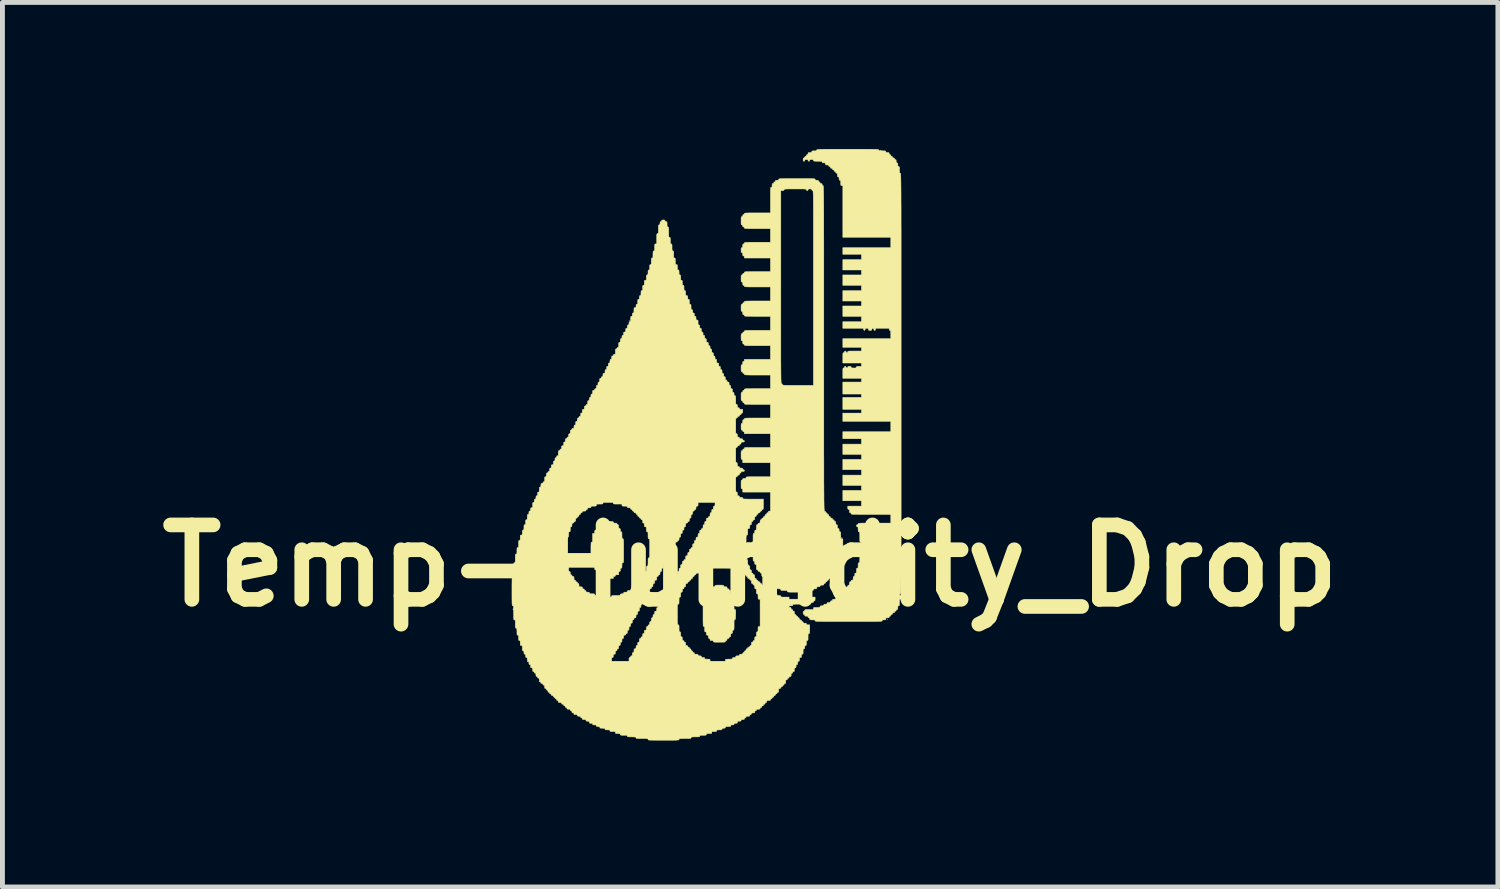
<source format=kicad_pcb>
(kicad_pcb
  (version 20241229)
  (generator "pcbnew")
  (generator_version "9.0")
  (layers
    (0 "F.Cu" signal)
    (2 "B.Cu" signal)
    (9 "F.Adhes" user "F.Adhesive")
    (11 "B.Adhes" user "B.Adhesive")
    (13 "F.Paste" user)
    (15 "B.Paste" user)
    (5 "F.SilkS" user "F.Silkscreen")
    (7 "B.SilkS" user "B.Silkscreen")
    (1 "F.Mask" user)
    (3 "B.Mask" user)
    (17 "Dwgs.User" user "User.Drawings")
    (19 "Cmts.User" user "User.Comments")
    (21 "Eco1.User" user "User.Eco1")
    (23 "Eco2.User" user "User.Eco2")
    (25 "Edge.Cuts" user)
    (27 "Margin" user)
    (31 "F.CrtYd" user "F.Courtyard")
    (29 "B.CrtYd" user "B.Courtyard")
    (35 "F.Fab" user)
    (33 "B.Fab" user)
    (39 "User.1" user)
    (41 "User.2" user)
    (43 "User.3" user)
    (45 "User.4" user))
  (footprint "Temp-Humidity_Drop"
    (layer "F.Cu")
    (at 12.308 8.531)
    (property "Reference" "Temp-Humidity_Drop" (at 0 0 0) (layer "F.SilkS") (effects (font (size 1.524 1.524) (thickness 0.3))))
    (attr through_hole)
    (fp_poly (pts (xy -3.937 -2.256) (xy -3.941 -2.252) (xy -3.945 -2.256) (xy -3.941 -2.261) (xy -3.937 -2.256)) (stroke (width 0.01) (type solid)) (fill yes) (layer "F.SilkS"))
    (fp_poly (pts (xy -2.472 -5.025) (xy -2.477 -5.021) (xy -2.481 -5.025) (xy -2.477 -5.029) (xy -2.472 -5.025)) (stroke (width 0.01) (type solid)) (fill yes) (layer "F.SilkS"))
    (fp_poly (pts (xy -0.279 0.114) (xy -0.284 0.119) (xy -0.288 0.114) (xy -0.284 0.11) (xy -0.279 0.114)) (stroke (width 0.01) (type solid)) (fill yes) (layer "F.SilkS"))
    (fp_poly (pts (xy -0.102 0.207) (xy -0.106 0.212) (xy -0.11 0.207) (xy -0.106 0.203) (xy -0.102 0.207)) (stroke (width 0.01) (type solid)) (fill yes) (layer "F.SilkS"))
    (fp_poly (pts (xy 1.168 0.783) (xy 1.164 0.787) (xy 1.16 0.783) (xy 1.164 0.779) (xy 1.168 0.783)) (stroke (width 0.01) (type solid)) (fill yes) (layer "F.SilkS"))
    (fp_poly (pts (xy 1.88 -0.58) (xy 1.875 -0.576) (xy 1.871 -0.58) (xy 1.875 -0.584) (xy 1.88 -0.58)) (stroke (width 0.01) (type solid)) (fill yes) (layer "F.SilkS"))
    (fp_poly (pts (xy 2.811 1.096) (xy 2.807 1.101) (xy 2.802 1.096) (xy 2.807 1.092) (xy 2.811 1.096)) (stroke (width 0.01) (type solid)) (fill yes) (layer "F.SilkS"))
    (fp_poly (pts (xy -2.864 -0.906) (xy -2.835 -0.905) (xy -2.816 -0.903) (xy -2.807 -0.9) (xy -2.803 -0.895) (xy -2.802 -0.889) (xy -2.8 -0.878) (xy -2.79 -0.873) (xy -2.767 -0.872) (xy -2.764 -0.872) (xy -2.741 -0.871) (xy -2.729 -0.866) (xy -2.726 -0.856) (xy -2.726 -0.855) (xy -2.72 -0.841) (xy -2.709 -0.838) (xy -2.699 -0.836) (xy -2.694 -0.825) (xy -2.692 -0.803) (xy -2.692 -0.8) (xy -2.691 -0.776) (xy -2.687 -0.765) (xy -2.677 -0.762) (xy -2.675 -0.762) (xy -2.664 -0.759) (xy -2.659 -0.748) (xy -2.659 -0.728) (xy -2.657 -0.706) (xy -2.651 -0.696) (xy -2.642 -0.694) (xy -2.633 -0.693) (xy -2.628 -0.687) (xy -2.626 -0.672) (xy -2.625 -0.646) (xy -2.625 -0.622) (xy -2.624 -0.587) (xy -2.623 -0.566) (xy -2.619 -0.555) (xy -2.613 -0.551) (xy -2.608 -0.55) (xy -2.603 -0.55) (xy -2.599 -0.547) (xy -2.596 -0.54) (xy -2.594 -0.528) (xy -2.592 -0.507) (xy -2.592 -0.478) (xy -2.591 -0.437) (xy -2.591 -0.382) (xy -2.591 -0.313) (xy -2.591 -0.305) (xy -2.591 -0.234) (xy -2.591 -0.178) (xy -2.591 -0.136) (xy -2.592 -0.105) (xy -2.594 -0.084) (xy -2.596 -0.07) (xy -2.599 -0.063) (xy -2.602 -0.06) (xy -2.607 -0.059) (xy -2.608 -0.059) (xy -2.617 -0.058) (xy -2.622 -0.05) (xy -2.624 -0.033) (xy -2.625 -0.004) (xy -2.625 0.026) (xy -2.628 0.042) (xy -2.633 0.049) (xy -2.642 0.051) (xy -2.653 0.054) (xy -2.658 0.065) (xy -2.659 0.085) (xy -2.66 0.107) (xy -2.666 0.117) (xy -2.675 0.119) (xy -2.687 0.121) (xy -2.691 0.133) (xy -2.692 0.152) (xy -2.692 0.186) (xy -2.726 0.186) (xy -2.748 0.188) (xy -2.758 0.193) (xy -2.76 0.203) (xy -2.765 0.216) (xy -2.781 0.22) (xy -2.797 0.224) (xy -2.802 0.237) (xy -2.802 0.241) (xy -2.802 0.262) (xy -3.014 0.262) (xy -3.014 0.241) (xy -3.016 0.228) (xy -3.025 0.222) (xy -3.045 0.22) (xy -3.048 0.22) (xy -3.07 0.219) (xy -3.08 0.213) (xy -3.082 0.203) (xy -3.088 0.189) (xy -3.099 0.186) (xy -3.113 0.18) (xy -3.116 0.169) (xy -3.122 0.155) (xy -3.133 0.152) (xy -3.144 0.15) (xy -3.149 0.138) (xy -3.15 0.119) (xy -3.151 0.096) (xy -3.157 0.087) (xy -3.167 0.085) (xy -3.177 0.082) (xy -3.182 0.072) (xy -3.183 0.049) (xy -3.183 0.047) (xy -3.184 0.023) (xy -3.189 0.012) (xy -3.199 0.009) (xy -3.205 0.008) (xy -3.226 0.008) (xy -3.226 -0.076) (xy -3.226 -0.115) (xy -3.227 -0.139) (xy -3.23 -0.153) (xy -3.234 -0.159) (xy -3.242 -0.161) (xy -3.243 -0.161) (xy -3.249 -0.162) (xy -3.253 -0.165) (xy -3.256 -0.174) (xy -3.258 -0.19) (xy -3.259 -0.215) (xy -3.26 -0.253) (xy -3.26 -0.304) (xy -3.26 -0.322) (xy -3.26 -0.378) (xy -3.259 -0.419) (xy -3.258 -0.447) (xy -3.257 -0.466) (xy -3.254 -0.477) (xy -3.25 -0.481) (xy -3.245 -0.483) (xy -3.243 -0.483) (xy -3.235 -0.484) (xy -3.23 -0.489) (xy -3.227 -0.502) (xy -3.226 -0.524) (xy -3.226 -0.56) (xy -3.226 -0.572) (xy -3.226 -0.66) (xy -3.205 -0.66) (xy -3.191 -0.662) (xy -3.185 -0.671) (xy -3.183 -0.691) (xy -3.183 -0.694) (xy -3.182 -0.716) (xy -3.176 -0.726) (xy -3.167 -0.728) (xy -3.155 -0.731) (xy -3.151 -0.742) (xy -3.15 -0.762) (xy -3.148 -0.784) (xy -3.142 -0.794) (xy -3.133 -0.796) (xy -3.119 -0.801) (xy -3.116 -0.817) (xy -3.112 -0.834) (xy -3.099 -0.838) (xy -3.085 -0.844) (xy -3.082 -0.855) (xy -3.079 -0.866) (xy -3.068 -0.871) (xy -3.048 -0.872) (xy -3.026 -0.873) (xy -3.016 -0.879) (xy -3.014 -0.889) (xy -3.013 -0.896) (xy -3.008 -0.901) (xy -2.997 -0.904) (xy -2.977 -0.905) (xy -2.944 -0.906) (xy -2.908 -0.906) (xy -2.864 -0.906)) (stroke (width 0.01) (type solid)) (fill yes) (layer "F.SilkS"))
    (fp_poly (pts (xy -0.591 0.398) (xy -0.565 0.399) (xy -0.551 0.402) (xy -0.544 0.406) (xy -0.542 0.413) (xy -0.542 0.415) (xy -0.539 0.426) (xy -0.528 0.431) (xy -0.508 0.432) (xy -0.486 0.433) (xy -0.476 0.438) (xy -0.474 0.451) (xy -0.474 0.453) (xy -0.471 0.469) (xy -0.457 0.474) (xy -0.453 0.474) (xy -0.436 0.478) (xy -0.432 0.491) (xy -0.426 0.505) (xy -0.415 0.508) (xy -0.404 0.511) (xy -0.399 0.522) (xy -0.398 0.542) (xy -0.397 0.564) (xy -0.391 0.574) (xy -0.381 0.576) (xy -0.372 0.577) (xy -0.367 0.585) (xy -0.365 0.602) (xy -0.364 0.631) (xy -0.364 0.661) (xy -0.361 0.677) (xy -0.356 0.684) (xy -0.347 0.686) (xy -0.34 0.687) (xy -0.335 0.691) (xy -0.332 0.703) (xy -0.331 0.723) (xy -0.33 0.756) (xy -0.33 0.792) (xy -0.33 0.836) (xy -0.329 0.865) (xy -0.328 0.884) (xy -0.324 0.893) (xy -0.319 0.897) (xy -0.313 0.897) (xy -0.306 0.898) (xy -0.301 0.903) (xy -0.298 0.913) (xy -0.297 0.933) (xy -0.297 0.965) (xy -0.298 1.001) (xy -0.299 1.045) (xy -0.301 1.074) (xy -0.303 1.092) (xy -0.307 1.101) (xy -0.313 1.104) (xy -0.315 1.104) (xy -0.321 1.105) (xy -0.326 1.11) (xy -0.328 1.124) (xy -0.33 1.147) (xy -0.33 1.183) (xy -0.33 1.212) (xy -0.33 1.256) (xy -0.331 1.287) (xy -0.333 1.306) (xy -0.336 1.316) (xy -0.341 1.32) (xy -0.347 1.321) (xy -0.358 1.324) (xy -0.363 1.335) (xy -0.364 1.355) (xy -0.365 1.377) (xy -0.371 1.387) (xy -0.381 1.389) (xy -0.392 1.391) (xy -0.397 1.403) (xy -0.398 1.422) (xy -0.399 1.445) (xy -0.405 1.454) (xy -0.415 1.456) (xy -0.429 1.462) (xy -0.432 1.473) (xy -0.437 1.486) (xy -0.453 1.49) (xy -0.469 1.494) (xy -0.474 1.507) (xy -0.474 1.511) (xy -0.478 1.528) (xy -0.491 1.532) (xy -0.505 1.538) (xy -0.508 1.549) (xy -0.509 1.556) (xy -0.513 1.561) (xy -0.523 1.564) (xy -0.542 1.565) (xy -0.572 1.566) (xy -0.616 1.566) (xy -0.631 1.566) (xy -0.679 1.566) (xy -0.712 1.566) (xy -0.734 1.564) (xy -0.746 1.562) (xy -0.752 1.558) (xy -0.753 1.552) (xy -0.754 1.549) (xy -0.756 1.538) (xy -0.768 1.533) (xy -0.787 1.532) (xy -0.809 1.531) (xy -0.819 1.526) (xy -0.821 1.513) (xy -0.821 1.511) (xy -0.825 1.495) (xy -0.838 1.49) (xy -0.849 1.487) (xy -0.854 1.476) (xy -0.855 1.456) (xy -0.856 1.434) (xy -0.862 1.425) (xy -0.874 1.422) (xy -0.876 1.422) (xy -0.89 1.421) (xy -0.896 1.412) (xy -0.897 1.391) (xy -0.897 1.389) (xy -0.899 1.366) (xy -0.905 1.357) (xy -0.914 1.355) (xy -0.924 1.353) (xy -0.929 1.345) (xy -0.931 1.328) (xy -0.931 1.3) (xy -0.932 1.27) (xy -0.934 1.253) (xy -0.94 1.246) (xy -0.948 1.245) (xy -0.953 1.244) (xy -0.957 1.241) (xy -0.96 1.235) (xy -0.962 1.222) (xy -0.964 1.202) (xy -0.964 1.172) (xy -0.965 1.131) (xy -0.965 1.077) (xy -0.965 1.071) (xy -0.322 1.071) (xy -0.318 1.075) (xy -0.313 1.071) (xy -0.318 1.067) (xy -0.322 1.071) (xy -0.965 1.071) (xy -0.965 1.008) (xy -0.965 0.999) (xy -0.965 0.928) (xy -0.965 0.873) (xy -0.965 0.83) (xy -0.964 0.799) (xy -0.962 0.778) (xy -0.96 0.765) (xy -0.957 0.757) (xy -0.954 0.754) (xy -0.949 0.754) (xy -0.948 0.754) (xy -0.94 0.752) (xy -0.935 0.746) (xy -0.932 0.732) (xy -0.931 0.706) (xy -0.931 0.682) (xy -0.931 0.647) (xy -0.93 0.625) (xy -0.926 0.614) (xy -0.92 0.61) (xy -0.914 0.61) (xy -0.903 0.607) (xy -0.898 0.595) (xy -0.897 0.576) (xy -0.896 0.554) (xy -0.891 0.544) (xy -0.878 0.542) (xy -0.876 0.542) (xy -0.86 0.538) (xy -0.855 0.525) (xy -0.849 0.511) (xy -0.838 0.508) (xy -0.824 0.502) (xy -0.821 0.491) (xy -0.815 0.477) (xy -0.804 0.474) (xy -0.791 0.469) (xy -0.787 0.453) (xy -0.786 0.439) (xy -0.777 0.433) (xy -0.756 0.432) (xy -0.754 0.432) (xy -0.731 0.43) (xy -0.722 0.425) (xy -0.72 0.415) (xy -0.719 0.407) (xy -0.713 0.402) (xy -0.701 0.4) (xy -0.678 0.398) (xy -0.642 0.398) (xy -0.631 0.398) (xy -0.591 0.398)) (stroke (width 0.01) (type solid)) (fill yes) (layer "F.SilkS"))
    (fp_poly (pts (xy 2.117 -8.526) (xy 2.22 -8.526) (xy 2.308 -8.526) (xy 2.383 -8.526) (xy 2.445 -8.525) (xy 2.496 -8.525) (xy 2.537 -8.524) (xy 2.569 -8.523) (xy 2.593 -8.522) (xy 2.61 -8.521) (xy 2.621 -8.519) (xy 2.628 -8.517) (xy 2.632 -8.515) (xy 2.633 -8.512) (xy 2.633 -8.509) (xy 2.639 -8.495) (xy 2.651 -8.493) (xy 2.661 -8.502) (xy 2.661 -8.503) (xy 2.665 -8.509) (xy 2.666 -8.503) (xy 2.674 -8.496) (xy 2.696 -8.493) (xy 2.722 -8.492) (xy 2.752 -8.492) (xy 2.768 -8.489) (xy 2.776 -8.484) (xy 2.777 -8.475) (xy 2.78 -8.464) (xy 2.791 -8.459) (xy 2.811 -8.458) (xy 2.833 -8.457) (xy 2.842 -8.452) (xy 2.845 -8.439) (xy 2.845 -8.437) (xy 2.849 -8.42) (xy 2.862 -8.416) (xy 2.876 -8.41) (xy 2.879 -8.399) (xy 2.885 -8.385) (xy 2.896 -8.382) (xy 2.91 -8.376) (xy 2.913 -8.365) (xy 2.917 -8.352) (xy 2.934 -8.348) (xy 2.95 -8.344) (xy 2.955 -8.331) (xy 2.961 -8.317) (xy 2.972 -8.314) (xy 2.983 -8.311) (xy 2.988 -8.3) (xy 2.989 -8.28) (xy 2.99 -8.258) (xy 2.996 -8.248) (xy 3.006 -8.247) (xy 3.016 -8.244) (xy 3.021 -8.234) (xy 3.023 -8.211) (xy 3.023 -8.208) (xy 3.024 -8.185) (xy 3.028 -8.173) (xy 3.038 -8.17) (xy 3.04 -8.17) (xy 3.048 -8.169) (xy 3.053 -8.162) (xy 3.056 -8.147) (xy 3.056 -8.12) (xy 3.056 -8.103) (xy 3.057 -8.069) (xy 3.058 -8.049) (xy 3.062 -8.039) (xy 3.069 -8.035) (xy 3.073 -8.035) (xy 3.075 -8.035) (xy 3.076 -8.034) (xy 3.077 -8.033) (xy 3.078 -8.03) (xy 3.079 -8.026) (xy 3.08 -8.019) (xy 3.081 -8.01) (xy 3.082 -7.997) (xy 3.083 -7.981) (xy 3.083 -7.961) (xy 3.084 -7.937) (xy 3.085 -7.908) (xy 3.085 -7.874) (xy 3.086 -7.834) (xy 3.086 -7.788) (xy 3.087 -7.736) (xy 3.087 -7.677) (xy 3.088 -7.61) (xy 3.088 -7.535) (xy 3.088 -7.452) (xy 3.089 -7.361) (xy 3.089 -7.26) (xy 3.089 -7.15) (xy 3.089 -7.03) (xy 3.09 -6.899) (xy 3.09 -6.757) (xy 3.09 -6.605) (xy 3.09 -6.44) (xy 3.09 -6.263) (xy 3.09 -6.074) (xy 3.09 -5.872) (xy 3.09 -5.656) (xy 3.09 -5.426) (xy 3.09 -5.182) (xy 3.09 -4.923) (xy 3.09 -4.649) (xy 3.09 -4.36) (xy 3.09 -4.054) (xy 3.09 -3.732) (xy 3.09 -3.407) (xy 3.09 -3.101) (xy 3.09 -2.812) (xy 3.09 -2.538) (xy 3.09 -2.279) (xy 3.09 -2.035) (xy 3.09 -1.805) (xy 3.09 -1.589) (xy 3.09 -1.386) (xy 3.09 -1.197) (xy 3.09 -1.02) (xy 3.09 -0.856) (xy 3.09 -0.703) (xy 3.09 -0.561) (xy 3.089 -0.43) (xy 3.089 -0.31) (xy 3.089 -0.2) (xy 3.089 -0.099) (xy 3.088 -0.007) (xy 3.088 0.076) (xy 3.088 0.15) (xy 3.087 0.217) (xy 3.087 0.277) (xy 3.086 0.329) (xy 3.086 0.375) (xy 3.085 0.415) (xy 3.085 0.449) (xy 3.084 0.478) (xy 3.083 0.502) (xy 3.083 0.522) (xy 3.082 0.538) (xy 3.081 0.55) (xy 3.08 0.56) (xy 3.079 0.566) (xy 3.078 0.571) (xy 3.077 0.574) (xy 3.076 0.575) (xy 3.075 0.576) (xy 3.073 0.576) (xy 3.073 0.576) (xy 3.059 0.582) (xy 3.056 0.593) (xy 3.062 0.607) (xy 3.073 0.61) (xy 3.084 0.612) (xy 3.089 0.622) (xy 3.09 0.645) (xy 3.09 0.648) (xy 3.089 0.672) (xy 3.085 0.683) (xy 3.075 0.686) (xy 3.073 0.686) (xy 3.065 0.687) (xy 3.06 0.694) (xy 3.057 0.709) (xy 3.057 0.736) (xy 3.056 0.754) (xy 3.056 0.787) (xy 3.054 0.808) (xy 3.051 0.818) (xy 3.044 0.821) (xy 3.04 0.821) (xy 3.029 0.824) (xy 3.024 0.834) (xy 3.023 0.857) (xy 3.023 0.859) (xy 3.021 0.883) (xy 3.017 0.894) (xy 3.007 0.897) (xy 3.006 0.897) (xy 2.992 0.903) (xy 2.989 0.914) (xy 2.983 0.929) (xy 2.972 0.931) (xy 2.958 0.937) (xy 2.955 0.948) (xy 2.95 0.962) (xy 2.934 0.965) (xy 2.917 0.969) (xy 2.913 0.982) (xy 2.907 0.996) (xy 2.896 0.999) (xy 2.881 1.005) (xy 2.879 1.016) (xy 2.873 1.03) (xy 2.862 1.033) (xy 2.848 1.039) (xy 2.845 1.05) (xy 2.842 1.061) (xy 2.83 1.066) (xy 2.811 1.067) (xy 2.789 1.068) (xy 2.779 1.073) (xy 2.777 1.086) (xy 2.777 1.088) (xy 2.775 1.101) (xy 2.768 1.107) (xy 2.749 1.109) (xy 2.739 1.109) (xy 2.715 1.11) (xy 2.704 1.115) (xy 2.701 1.125) (xy 2.701 1.126) (xy 2.701 1.129) (xy 2.699 1.132) (xy 2.695 1.134) (xy 2.688 1.136) (xy 2.676 1.138) (xy 2.659 1.139) (xy 2.635 1.14) (xy 2.604 1.141) (xy 2.563 1.142) (xy 2.513 1.142) (xy 2.451 1.143) (xy 2.378 1.143) (xy 2.291 1.143) (xy 2.19 1.143) (xy 2.074 1.143) (xy 2.015 1.143) (xy 1.891 1.143) (xy 1.784 1.143) (xy 1.69 1.143) (xy 1.611 1.143) (xy 1.544 1.142) (xy 1.489 1.142) (xy 1.444 1.141) (xy 1.408 1.141) (xy 1.381 1.14) (xy 1.361 1.138) (xy 1.347 1.137) (xy 1.338 1.135) (xy 1.332 1.133) (xy 1.33 1.13) (xy 1.329 1.128) (xy 1.329 1.126) (xy 1.328 1.117) (xy 1.32 1.112) (xy 1.303 1.11) (xy 1.274 1.109) (xy 1.245 1.109) (xy 1.228 1.107) (xy 1.221 1.101) (xy 1.219 1.091) (xy 1.219 1.088) (xy 1.215 1.071) (xy 1.202 1.067) (xy 1.188 1.061) (xy 1.185 1.05) (xy 1.182 1.039) (xy 1.171 1.034) (xy 1.151 1.033) (xy 1.129 1.032) (xy 1.12 1.026) (xy 1.118 1.016) (xy 1.112 1.002) (xy 1.101 0.999) (xy 1.09 0.996) (xy 1.085 0.985) (xy 1.084 0.965) (xy 1.085 0.943) (xy 1.091 0.933) (xy 1.101 0.931) (xy 1.115 0.925) (xy 1.118 0.914) (xy 1.119 0.907) (xy 1.124 0.902) (xy 1.137 0.899) (xy 1.159 0.898) (xy 1.195 0.897) (xy 1.206 0.897) (xy 1.295 0.897) (xy 1.295 0.876) (xy 1.296 0.866) (xy 1.301 0.86) (xy 1.312 0.856) (xy 1.335 0.855) (xy 1.363 0.855) (xy 1.397 0.855) (xy 1.417 0.853) (xy 1.427 0.849) (xy 1.431 0.843) (xy 1.431 0.838) (xy 1.433 0.828) (xy 1.444 0.823) (xy 1.466 0.821) (xy 1.469 0.821) (xy 1.493 0.82) (xy 1.504 0.816) (xy 1.507 0.806) (xy 1.507 0.804) (xy 1.51 0.793) (xy 1.521 0.788) (xy 1.541 0.787) (xy 1.563 0.786) (xy 1.573 0.78) (xy 1.575 0.77) (xy 1.578 0.759) (xy 1.589 0.754) (xy 1.609 0.754) (xy 1.631 0.752) (xy 1.641 0.746) (xy 1.643 0.737) (xy 1.647 0.723) (xy 1.664 0.72) (xy 1.68 0.716) (xy 1.685 0.703) (xy 1.688 0.692) (xy 1.699 0.687) (xy 1.719 0.686) (xy 1.741 0.685) (xy 1.75 0.679) (xy 1.753 0.666) (xy 1.753 0.665) (xy 1.757 0.648) (xy 1.77 0.643) (xy 1.784 0.637) (xy 1.786 0.627) (xy 1.792 0.612) (xy 1.803 0.61) (xy 1.818 0.604) (xy 1.82 0.593) (xy 1.826 0.579) (xy 1.837 0.576) (xy 1.851 0.57) (xy 1.854 0.559) (xy 1.859 0.546) (xy 1.875 0.542) (xy 1.892 0.538) (xy 1.897 0.525) (xy 1.903 0.511) (xy 1.913 0.508) (xy 1.928 0.502) (xy 1.93 0.491) (xy 1.936 0.477) (xy 1.947 0.474) (xy 1.961 0.469) (xy 1.964 0.453) (xy 1.968 0.436) (xy 1.981 0.432) (xy 1.995 0.426) (xy 1.998 0.415) (xy 2.004 0.401) (xy 2.015 0.398) (xy 2.026 0.395) (xy 2.031 0.384) (xy 2.032 0.364) (xy 2.033 0.342) (xy 2.039 0.332) (xy 2.049 0.33) (xy 2.063 0.324) (xy 2.066 0.313) (xy 2.071 0.3) (xy 2.087 0.296) (xy 2.1 0.295) (xy 2.106 0.287) (xy 2.108 0.269) (xy 2.108 0.258) (xy 2.109 0.234) (xy 2.114 0.223) (xy 2.124 0.22) (xy 2.125 0.22) (xy 2.136 0.217) (xy 2.141 0.206) (xy 2.142 0.186) (xy 2.143 0.164) (xy 2.149 0.154) (xy 2.159 0.152) (xy 2.168 0.151) (xy 2.174 0.142) (xy 2.176 0.124) (xy 2.176 0.102) (xy 2.177 0.073) (xy 2.179 0.058) (xy 2.185 0.052) (xy 2.193 0.051) (xy 2.202 0.049) (xy 2.207 0.041) (xy 2.209 0.024) (xy 2.21 -0.004) (xy 2.21 -0.034) (xy 2.213 -0.051) (xy 2.218 -0.058) (xy 2.227 -0.059) (xy 2.234 -0.06) (xy 2.239 -0.065) (xy 2.241 -0.076) (xy 2.243 -0.097) (xy 2.244 -0.129) (xy 2.244 -0.165) (xy 2.244 -0.209) (xy 2.245 -0.239) (xy 2.246 -0.257) (xy 2.25 -0.267) (xy 2.255 -0.27) (xy 2.261 -0.271) (xy 2.268 -0.272) (xy 2.272 -0.277) (xy 2.275 -0.288) (xy 2.277 -0.308) (xy 2.277 -0.341) (xy 2.278 -0.377) (xy 2.277 -0.421) (xy 2.277 -0.45) (xy 2.275 -0.469) (xy 2.272 -0.478) (xy 2.266 -0.482) (xy 2.261 -0.483) (xy 2.254 -0.484) (xy 2.249 -0.488) (xy 2.246 -0.5) (xy 2.244 -0.52) (xy 2.244 -0.553) (xy 2.244 -0.588) (xy 2.244 -0.632) (xy 2.243 -0.662) (xy 2.241 -0.68) (xy 2.238 -0.69) (xy 2.232 -0.694) (xy 2.227 -0.694) (xy 2.217 -0.696) (xy 2.212 -0.704) (xy 2.21 -0.723) (xy 2.21 -0.745) (xy 2.209 -0.773) (xy 2.206 -0.789) (xy 2.2 -0.795) (xy 2.193 -0.796) (xy 2.18 -0.801) (xy 2.176 -0.817) (xy 2.18 -0.834) (xy 2.193 -0.838) (xy 2.207 -0.844) (xy 2.21 -0.855) (xy 2.21 -0.859) (xy 2.212 -0.863) (xy 2.218 -0.866) (xy 2.229 -0.868) (xy 2.246 -0.869) (xy 2.271 -0.871) (xy 2.306 -0.871) (xy 2.352 -0.872) (xy 2.411 -0.872) (xy 2.484 -0.872) (xy 2.544 -0.872) (xy 2.879 -0.872) (xy 2.879 -1.05) (xy 2.472 -1.05) (xy 2.379 -1.05) (xy 2.301 -1.05) (xy 2.237 -1.05) (xy 2.186 -1.051) (xy 2.146 -1.051) (xy 2.117 -1.052) (xy 2.095 -1.053) (xy 2.081 -1.055) (xy 2.072 -1.057) (xy 2.068 -1.06) (xy 2.066 -1.064) (xy 2.066 -1.067) (xy 2.06 -1.081) (xy 2.049 -1.084) (xy 2.038 -1.087) (xy 2.033 -1.098) (xy 2.032 -1.118) (xy 2.031 -1.14) (xy 2.025 -1.15) (xy 2.015 -1.151) (xy 2.004 -1.154) (xy 1.999 -1.166) (xy 1.998 -1.185) (xy 1.998 -1.219) (xy 2.278 -1.219) (xy 2.278 -1.329) (xy 1.897 -1.329) (xy 1.897 -1.541) (xy 2.278 -1.541) (xy 2.278 -1.643) (xy 1.897 -1.643) (xy 1.897 -1.854) (xy 2.278 -1.854) (xy 2.278 -1.964) (xy 1.897 -1.964) (xy 1.897 -2.176) (xy 2.278 -2.176) (xy 2.278 -2.278) (xy 1.897 -2.278) (xy 1.897 -2.489) (xy 2.278 -2.489) (xy 2.278 -2.599) (xy 1.897 -2.599) (xy 1.897 -2.743) (xy 2.879 -2.743) (xy 2.879 -2.955) (xy 1.897 -2.955) (xy 1.897 -3.124) (xy 2.278 -3.124) (xy 2.278 -3.2) (xy 1.897 -3.2) (xy 1.897 -3.446) (xy 2.278 -3.446) (xy 2.278 -3.514) (xy 1.897 -3.514) (xy 1.897 -3.759) (xy 2.278 -3.759) (xy 2.278 -3.835) (xy 1.897 -3.835) (xy 1.897 -3.941) (xy 1.897 -3.985) (xy 1.897 -4.015) (xy 1.899 -4.033) (xy 1.903 -4.043) (xy 1.908 -4.047) (xy 1.913 -4.047) (xy 1.928 -4.053) (xy 1.93 -4.064) (xy 1.936 -4.078) (xy 1.947 -4.081) (xy 1.961 -4.075) (xy 1.964 -4.064) (xy 1.97 -4.05) (xy 1.981 -4.047) (xy 1.995 -4.053) (xy 1.998 -4.064) (xy 2.001 -4.075) (xy 2.012 -4.08) (xy 2.032 -4.081) (xy 2.054 -4.08) (xy 2.064 -4.074) (xy 2.066 -4.064) (xy 2.068 -4.055) (xy 2.075 -4.05) (xy 2.093 -4.048) (xy 2.121 -4.047) (xy 2.151 -4.048) (xy 2.167 -4.05) (xy 2.169 -4.051) (xy 2.235 -4.051) (xy 2.239 -4.047) (xy 2.244 -4.051) (xy 2.239 -4.056) (xy 2.235 -4.051) (xy 2.169 -4.051) (xy 2.174 -4.055) (xy 2.176 -4.064) (xy 2.178 -4.073) (xy 2.186 -4.079) (xy 2.204 -4.081) (xy 2.227 -4.081) (xy 2.278 -4.081) (xy 2.278 -4.149) (xy 1.897 -4.149) (xy 1.897 -4.255) (xy 1.897 -4.298) (xy 1.897 -4.328) (xy 1.899 -4.346) (xy 1.903 -4.356) (xy 1.908 -4.36) (xy 1.913 -4.36) (xy 1.928 -4.366) (xy 1.93 -4.377) (xy 1.936 -4.391) (xy 1.947 -4.394) (xy 1.961 -4.388) (xy 1.964 -4.377) (xy 1.97 -4.363) (xy 1.981 -4.36) (xy 1.995 -4.366) (xy 1.998 -4.377) (xy 1.999 -4.384) (xy 2.003 -4.388) (xy 2.012 -4.391) (xy 2.03 -4.393) (xy 2.057 -4.394) (xy 2.098 -4.394) (xy 2.138 -4.394) (xy 2.278 -4.394) (xy 2.278 -4.47) (xy 1.897 -4.47) (xy 1.897 -4.648) (xy 2.879 -4.648) (xy 2.879 -4.733) (xy 2.878 -4.771) (xy 2.877 -4.796) (xy 2.875 -4.81) (xy 2.87 -4.816) (xy 2.863 -4.818) (xy 2.862 -4.818) (xy 2.848 -4.822) (xy 2.845 -4.839) (xy 2.845 -4.86) (xy 2.565 -4.86) (xy 2.565 -4.839) (xy 2.561 -4.822) (xy 2.548 -4.818) (xy 2.535 -4.823) (xy 2.532 -4.839) (xy 2.528 -4.854) (xy 2.524 -4.856) (xy 2.548 -4.856) (xy 2.553 -4.851) (xy 2.557 -4.856) (xy 2.553 -4.86) (xy 2.548 -4.856) (xy 2.524 -4.856) (xy 2.516 -4.858) (xy 2.51 -4.858) (xy 2.494 -4.852) (xy 2.489 -4.837) (xy 2.489 -4.837) (xy 2.487 -4.824) (xy 2.477 -4.819) (xy 2.455 -4.818) (xy 2.455 -4.818) (xy 2.434 -4.819) (xy 2.424 -4.824) (xy 2.421 -4.837) (xy 2.421 -4.839) (xy 2.42 -4.852) (xy 2.411 -4.858) (xy 2.391 -4.86) (xy 2.388 -4.86) (xy 2.366 -4.859) (xy 2.356 -4.853) (xy 2.354 -4.84) (xy 2.354 -4.838) (xy 2.349 -4.822) (xy 2.338 -4.819) (xy 2.327 -4.826) (xy 2.321 -4.841) (xy 2.321 -4.847) (xy 2.328 -4.847) (xy 2.333 -4.843) (xy 2.337 -4.847) (xy 2.333 -4.851) (xy 2.328 -4.847) (xy 2.321 -4.847) (xy 2.319 -4.86) (xy 1.897 -4.86) (xy 1.897 -4.995) (xy 2.278 -4.995) (xy 2.278 -5.105) (xy 1.897 -5.105) (xy 1.897 -5.317) (xy 2.278 -5.317) (xy 2.278 -5.419) (xy 1.897 -5.419) (xy 1.897 -5.63) (xy 2.278 -5.63) (xy 2.278 -5.74) (xy 1.897 -5.74) (xy 1.897 -5.952) (xy 2.278 -5.952) (xy 2.278 -6.054) (xy 1.897 -6.054) (xy 1.897 -6.265) (xy 2.278 -6.265) (xy 2.278 -6.375) (xy 1.897 -6.375) (xy 1.897 -6.511) (xy 2.879 -6.511) (xy 2.879 -6.723) (xy 1.897 -6.723) (xy 1.897 -7.781) (xy 1.875 -7.781) (xy 1.864 -7.782) (xy 1.858 -7.787) (xy 1.855 -7.801) (xy 1.854 -7.827) (xy 1.854 -7.836) (xy 1.854 -7.866) (xy 1.851 -7.882) (xy 1.846 -7.889) (xy 1.837 -7.891) (xy 1.826 -7.894) (xy 1.821 -7.905) (xy 1.82 -7.925) (xy 1.819 -7.947) (xy 1.813 -7.957) (xy 1.803 -7.959) (xy 1.793 -7.961) (xy 1.788 -7.972) (xy 1.786 -7.994) (xy 1.786 -7.997) (xy 1.785 -8.021) (xy 1.781 -8.032) (xy 1.771 -8.035) (xy 1.77 -8.035) (xy 1.755 -8.041) (xy 1.753 -8.052) (xy 1.747 -8.066) (xy 1.736 -8.069) (xy 1.722 -8.075) (xy 1.719 -8.086) (xy 1.713 -8.1) (xy 1.702 -8.103) (xy 1.688 -8.109) (xy 1.685 -8.12) (xy 1.68 -8.133) (xy 1.664 -8.136) (xy 1.647 -8.14) (xy 1.643 -8.153) (xy 1.637 -8.168) (xy 1.626 -8.17) (xy 1.611 -8.176) (xy 1.609 -8.187) (xy 1.606 -8.198) (xy 1.594 -8.203) (xy 1.575 -8.204) (xy 1.553 -8.205) (xy 1.543 -8.211) (xy 1.541 -8.224) (xy 1.541 -8.225) (xy 1.539 -8.239) (xy 1.53 -8.245) (xy 1.51 -8.247) (xy 1.507 -8.247) (xy 1.485 -8.248) (xy 1.475 -8.254) (xy 1.473 -8.263) (xy 1.472 -8.271) (xy 1.467 -8.276) (xy 1.454 -8.279) (xy 1.431 -8.28) (xy 1.395 -8.28) (xy 1.384 -8.28) (xy 1.345 -8.281) (xy 1.319 -8.282) (xy 1.304 -8.284) (xy 1.297 -8.288) (xy 1.295 -8.295) (xy 1.295 -8.297) (xy 1.293 -8.308) (xy 1.283 -8.313) (xy 1.26 -8.314) (xy 1.257 -8.314) (xy 1.233 -8.313) (xy 1.222 -8.309) (xy 1.219 -8.299) (xy 1.219 -8.297) (xy 1.213 -8.283) (xy 1.202 -8.28) (xy 1.188 -8.286) (xy 1.185 -8.297) (xy 1.182 -8.308) (xy 1.171 -8.313) (xy 1.151 -8.314) (xy 1.129 -8.313) (xy 1.12 -8.307) (xy 1.118 -8.297) (xy 1.112 -8.283) (xy 1.101 -8.28) (xy 1.09 -8.283) (xy 1.085 -8.295) (xy 1.084 -8.314) (xy 1.085 -8.336) (xy 1.091 -8.346) (xy 1.101 -8.348) (xy 1.115 -8.354) (xy 1.118 -8.365) (xy 1.124 -8.379) (xy 1.135 -8.382) (xy 1.149 -8.388) (xy 1.151 -8.399) (xy 1.157 -8.413) (xy 1.168 -8.416) (xy 1.182 -8.421) (xy 1.185 -8.437) (xy 1.187 -8.45) (xy 1.195 -8.456) (xy 1.213 -8.458) (xy 1.223 -8.458) (xy 1.247 -8.459) (xy 1.259 -8.464) (xy 1.262 -8.474) (xy 1.262 -8.475) (xy 1.263 -8.485) (xy 1.272 -8.49) (xy 1.29 -8.492) (xy 1.312 -8.492) (xy 1.341 -8.493) (xy 1.356 -8.495) (xy 1.362 -8.502) (xy 1.363 -8.509) (xy 1.363 -8.512) (xy 1.365 -8.515) (xy 1.369 -8.517) (xy 1.376 -8.519) (xy 1.389 -8.521) (xy 1.407 -8.522) (xy 1.431 -8.523) (xy 1.464 -8.524) (xy 1.506 -8.525) (xy 1.559 -8.525) (xy 1.623 -8.526) (xy 1.699 -8.526) (xy 1.789 -8.526) (xy 1.894 -8.526) (xy 1.998 -8.526) (xy 2.117 -8.526)) (stroke (width 0.01) (type solid)) (fill yes) (layer "F.SilkS"))
    (fp_poly (pts (xy 1.046 -7.925) (xy 1.119 -7.925) (xy 1.179 -7.924) (xy 1.226 -7.924) (xy 1.262 -7.923) (xy 1.289 -7.922) (xy 1.307 -7.921) (xy 1.319 -7.919) (xy 1.326 -7.916) (xy 1.328 -7.913) (xy 1.329 -7.909) (xy 1.329 -7.908) (xy 1.332 -7.897) (xy 1.344 -7.892) (xy 1.363 -7.891) (xy 1.385 -7.89) (xy 1.395 -7.884) (xy 1.397 -7.874) (xy 1.403 -7.86) (xy 1.414 -7.857) (xy 1.428 -7.851) (xy 1.431 -7.84) (xy 1.436 -7.827) (xy 1.452 -7.823) (xy 1.468 -7.82) (xy 1.473 -7.806) (xy 1.473 -7.802) (xy 1.477 -7.785) (xy 1.49 -7.781) (xy 1.492 -7.781) (xy 1.493 -7.78) (xy 1.494 -7.779) (xy 1.495 -7.775) (xy 1.497 -7.77) (xy 1.498 -7.763) (xy 1.499 -7.752) (xy 1.499 -7.738) (xy 1.5 -7.72) (xy 1.501 -7.697) (xy 1.502 -7.67) (xy 1.502 -7.637) (xy 1.503 -7.598) (xy 1.504 -7.553) (xy 1.504 -7.5) (xy 1.504 -7.441) (xy 1.505 -7.373) (xy 1.505 -7.297) (xy 1.506 -7.212) (xy 1.506 -7.118) (xy 1.506 -7.014) (xy 1.506 -6.899) (xy 1.506 -6.774) (xy 1.507 -6.637) (xy 1.507 -6.488) (xy 1.507 -6.327) (xy 1.507 -6.154) (xy 1.507 -5.966) (xy 1.507 -5.765) (xy 1.507 -5.55) (xy 1.507 -5.32) (xy 1.507 -5.075) (xy 1.507 -4.813) (xy 1.507 -4.536) (xy 1.507 -4.449) (xy 1.507 -4.167) (xy 1.507 -3.901) (xy 1.507 -3.651) (xy 1.507 -3.416) (xy 1.507 -3.196) (xy 1.507 -2.991) (xy 1.507 -2.8) (xy 1.507 -2.622) (xy 1.507 -2.457) (xy 1.507 -2.305) (xy 1.508 -2.164) (xy 1.508 -2.036) (xy 1.508 -1.918) (xy 1.508 -1.811) (xy 1.508 -1.713) (xy 1.509 -1.626) (xy 1.509 -1.547) (xy 1.51 -1.477) (xy 1.51 -1.415) (xy 1.51 -1.361) (xy 1.511 -1.313) (xy 1.512 -1.273) (xy 1.512 -1.238) (xy 1.513 -1.209) (xy 1.514 -1.185) (xy 1.514 -1.166) (xy 1.515 -1.15) (xy 1.516 -1.139) (xy 1.517 -1.13) (xy 1.518 -1.124) (xy 1.52 -1.121) (xy 1.521 -1.119) (xy 1.522 -1.118) (xy 1.524 -1.118) (xy 1.524 -1.118) (xy 1.538 -1.112) (xy 1.541 -1.101) (xy 1.547 -1.087) (xy 1.558 -1.084) (xy 1.572 -1.078) (xy 1.575 -1.067) (xy 1.581 -1.053) (xy 1.592 -1.05) (xy 1.605 -1.045) (xy 1.609 -1.029) (xy 1.613 -1.012) (xy 1.626 -1.008) (xy 1.64 -1.002) (xy 1.643 -0.991) (xy 1.647 -0.977) (xy 1.664 -0.974) (xy 1.68 -0.97) (xy 1.685 -0.957) (xy 1.691 -0.943) (xy 1.702 -0.94) (xy 1.716 -0.934) (xy 1.719 -0.923) (xy 1.725 -0.909) (xy 1.736 -0.906) (xy 1.747 -0.903) (xy 1.752 -0.892) (xy 1.753 -0.872) (xy 1.754 -0.85) (xy 1.76 -0.84) (xy 1.77 -0.838) (xy 1.78 -0.836) (xy 1.785 -0.825) (xy 1.786 -0.803) (xy 1.786 -0.8) (xy 1.788 -0.776) (xy 1.792 -0.765) (xy 1.802 -0.762) (xy 1.803 -0.762) (xy 1.814 -0.759) (xy 1.819 -0.748) (xy 1.82 -0.728) (xy 1.822 -0.706) (xy 1.827 -0.696) (xy 1.837 -0.694) (xy 1.845 -0.693) (xy 1.851 -0.687) (xy 1.853 -0.672) (xy 1.854 -0.646) (xy 1.854 -0.622) (xy 1.854 -0.587) (xy 1.856 -0.566) (xy 1.859 -0.555) (xy 1.865 -0.551) (xy 1.875 -0.55) (xy 1.897 -0.55) (xy 1.897 -0.203) (xy 1.875 -0.203) (xy 1.865 -0.203) (xy 1.859 -0.198) (xy 1.856 -0.187) (xy 1.854 -0.166) (xy 1.854 -0.131) (xy 1.854 -0.096) (xy 1.852 -0.075) (xy 1.849 -0.064) (xy 1.843 -0.06) (xy 1.837 -0.059) (xy 1.826 -0.056) (xy 1.821 -0.045) (xy 1.82 -0.025) (xy 1.819 -0.003) (xy 1.813 0.007) (xy 1.803 0.008) (xy 1.793 0.011) (xy 1.788 0.021) (xy 1.786 0.044) (xy 1.786 0.047) (xy 1.785 0.07) (xy 1.781 0.082) (xy 1.771 0.085) (xy 1.77 0.085) (xy 1.758 0.088) (xy 1.754 0.099) (xy 1.753 0.119) (xy 1.751 0.141) (xy 1.745 0.15) (xy 1.736 0.152) (xy 1.722 0.158) (xy 1.719 0.169) (xy 1.713 0.183) (xy 1.702 0.186) (xy 1.688 0.192) (xy 1.685 0.203) (xy 1.68 0.216) (xy 1.664 0.22) (xy 1.648 0.224) (xy 1.643 0.237) (xy 1.643 0.241) (xy 1.639 0.258) (xy 1.626 0.262) (xy 1.611 0.268) (xy 1.609 0.279) (xy 1.603 0.294) (xy 1.592 0.296) (xy 1.578 0.302) (xy 1.575 0.313) (xy 1.569 0.327) (xy 1.558 0.33) (xy 1.544 0.336) (xy 1.541 0.347) (xy 1.535 0.361) (xy 1.524 0.364) (xy 1.51 0.37) (xy 1.507 0.381) (xy 1.505 0.392) (xy 1.494 0.397) (xy 1.472 0.398) (xy 1.469 0.398) (xy 1.445 0.399) (xy 1.434 0.404) (xy 1.431 0.414) (xy 1.431 0.415) (xy 1.428 0.426) (xy 1.417 0.431) (xy 1.397 0.432) (xy 1.375 0.433) (xy 1.365 0.438) (xy 1.363 0.451) (xy 1.363 0.453) (xy 1.361 0.467) (xy 1.353 0.473) (xy 1.332 0.474) (xy 1.329 0.474) (xy 1.307 0.476) (xy 1.297 0.481) (xy 1.295 0.491) (xy 1.294 0.499) (xy 1.288 0.504) (xy 1.273 0.507) (xy 1.247 0.508) (xy 1.223 0.508) (xy 1.188 0.508) (xy 1.167 0.51) (xy 1.156 0.513) (xy 1.152 0.519) (xy 1.151 0.525) (xy 1.151 0.53) (xy 1.148 0.534) (xy 1.14 0.537) (xy 1.126 0.54) (xy 1.103 0.541) (xy 1.069 0.542) (xy 1.022 0.542) (xy 0.961 0.542) (xy 0.957 0.542) (xy 0.894 0.542) (xy 0.847 0.542) (xy 0.813 0.541) (xy 0.789 0.54) (xy 0.774 0.538) (xy 0.766 0.535) (xy 0.763 0.531) (xy 0.762 0.525) (xy 0.762 0.525) (xy 0.761 0.516) (xy 0.754 0.511) (xy 0.739 0.509) (xy 0.712 0.508) (xy 0.694 0.508) (xy 0.661 0.508) (xy 0.64 0.506) (xy 0.63 0.502) (xy 0.627 0.496) (xy 0.627 0.491) (xy 0.624 0.48) (xy 0.614 0.475) (xy 0.591 0.474) (xy 0.588 0.474) (xy 0.565 0.473) (xy 0.554 0.469) (xy 0.55 0.459) (xy 0.55 0.453) (xy 0.548 0.439) (xy 0.54 0.433) (xy 0.519 0.432) (xy 0.516 0.432) (xy 0.494 0.43) (xy 0.485 0.425) (xy 0.483 0.415) (xy 0.477 0.401) (xy 0.466 0.398) (xy 0.452 0.392) (xy 0.449 0.381) (xy 0.446 0.37) (xy 0.436 0.365) (xy 0.413 0.364) (xy 0.411 0.364) (xy 0.387 0.363) (xy 0.376 0.358) (xy 0.373 0.348) (xy 0.373 0.347) (xy 0.367 0.333) (xy 0.356 0.33) (xy 0.341 0.324) (xy 0.339 0.313) (xy 0.333 0.299) (xy 0.322 0.296) (xy 0.308 0.29) (xy 0.305 0.279) (xy 0.299 0.265) (xy 0.288 0.262) (xy 0.275 0.258) (xy 0.271 0.241) (xy 0.267 0.225) (xy 0.254 0.22) (xy 0.243 0.217) (xy 0.238 0.206) (xy 0.237 0.186) (xy 0.236 0.164) (xy 0.23 0.154) (xy 0.22 0.152) (xy 0.206 0.146) (xy 0.203 0.135) (xy 0.198 0.122) (xy 0.182 0.119) (xy 0.165 0.115) (xy 0.161 0.102) (xy 0.155 0.087) (xy 0.144 0.085) (xy 0.135 0.083) (xy 0.13 0.075) (xy 0.127 0.058) (xy 0.127 0.03) (xy 0.126 -0.00015) (xy 0.124 -0.017) (xy 0.119 -0.024) (xy 0.11 -0.025) (xy 0.099 -0.028) (xy 0.094 -0.04) (xy 0.093 -0.059) (xy 0.092 -0.081) (xy 0.086 -0.091) (xy 0.076 -0.093) (xy 0.068 -0.094) (xy 0.063 -0.101) (xy 0.06 -0.115) (xy 0.059 -0.141) (xy 0.059 -0.165) (xy 0.059 -0.2) (xy 0.057 -0.221) (xy 0.054 -0.233) (xy 0.048 -0.237) (xy 0.042 -0.237) (xy 0.036 -0.238) (xy 0.031 -0.242) (xy 0.028 -0.252) (xy 0.026 -0.271) (xy 0.026 -0.301) (xy 0.025 -0.345) (xy 0.025 -0.36) (xy 0.026 -0.408) (xy 0.026 -0.441) (xy 0.028 -0.463) (xy 0.03 -0.475) (xy 0.034 -0.481) (xy 0.04 -0.483) (xy 0.042 -0.483) (xy 0.05 -0.484) (xy 0.055 -0.489) (xy 0.058 -0.502) (xy 0.059 -0.524) (xy 0.059 -0.56) (xy 0.059 -0.572) (xy 0.059 -0.611) (xy 0.06 -0.637) (xy 0.063 -0.652) (xy 0.067 -0.658) (xy 0.074 -0.66) (xy 0.076 -0.66) (xy 0.087 -0.663) (xy 0.092 -0.675) (xy 0.093 -0.694) (xy 0.095 -0.716) (xy 0.1 -0.726) (xy 0.11 -0.728) (xy 0.119 -0.73) (xy 0.124 -0.737) (xy 0.127 -0.755) (xy 0.127 -0.783) (xy 0.128 -0.813) (xy 0.13 -0.83) (xy 0.135 -0.837) (xy 0.144 -0.838) (xy 0.158 -0.844) (xy 0.161 -0.855) (xy 0.166 -0.868) (xy 0.182 -0.872) (xy 0.196 -0.874) (xy 0.202 -0.883) (xy 0.203 -0.903) (xy 0.203 -0.906) (xy 0.205 -0.928) (xy 0.21 -0.938) (xy 0.22 -0.94) (xy 0.234 -0.946) (xy 0.237 -0.957) (xy 0.243 -0.971) (xy 0.254 -0.974) (xy 0.268 -0.98) (xy 0.271 -0.991) (xy 0.277 -1.005) (xy 0.288 -1.008) (xy 0.301 -1.012) (xy 0.305 -1.029) (xy 0.309 -1.045) (xy 0.322 -1.05) (xy 0.336 -1.056) (xy 0.339 -1.067) (xy 0.345 -1.081) (xy 0.356 -1.084) (xy 0.37 -1.09) (xy 0.373 -1.101) (xy 0.377 -1.114) (xy 0.394 -1.118) (xy 0.415 -1.118) (xy 0.415 -1.507) (xy -0.152 -1.507) (xy -0.152 -1.541) (xy -0.154 -1.563) (xy -0.16 -1.573) (xy -0.169 -1.575) (xy -0.177 -1.576) (xy -0.182 -1.581) (xy -0.185 -1.594) (xy -0.186 -1.617) (xy -0.186 -1.653) (xy -0.186 -1.664) (xy -0.186 -1.703) (xy -0.185 -1.729) (xy -0.183 -1.744) (xy -0.178 -1.751) (xy -0.171 -1.753) (xy -0.169 -1.753) (xy -0.155 -1.759) (xy -0.152 -1.77) (xy -0.15 -1.781) (xy -0.138 -1.786) (xy -0.119 -1.786) (xy -0.096 -1.788) (xy -0.087 -1.794) (xy -0.085 -1.803) (xy -0.084 -1.808) (xy -0.081 -1.812) (xy -0.075 -1.815) (xy -0.062 -1.817) (xy -0.042 -1.819) (xy -0.013 -1.82) (xy 0.028 -1.82) (xy 0.082 -1.82) (xy 0.15 -1.82) (xy 0.165 -1.82) (xy 0.415 -1.82) (xy 0.415 -2.108) (xy -0.152 -2.108) (xy -0.152 -2.142) (xy -0.154 -2.164) (xy -0.16 -2.174) (xy -0.169 -2.176) (xy -0.177 -2.177) (xy -0.182 -2.182) (xy -0.185 -2.195) (xy -0.186 -2.218) (xy -0.186 -2.254) (xy -0.186 -2.265) (xy -0.186 -2.304) (xy -0.185 -2.33) (xy -0.183 -2.345) (xy -0.178 -2.352) (xy -0.171 -2.354) (xy -0.169 -2.354) (xy -0.155 -2.36) (xy -0.152 -2.371) (xy -0.146 -2.385) (xy -0.135 -2.388) (xy -0.121 -2.394) (xy -0.119 -2.405) (xy -0.118 -2.409) (xy -0.115 -2.413) (xy -0.109 -2.416) (xy -0.097 -2.418) (xy -0.078 -2.42) (xy -0.049 -2.421) (xy -0.01 -2.421) (xy 0.042 -2.421) (xy 0.108 -2.421) (xy 0.148 -2.421) (xy 0.415 -2.421) (xy 0.415 -2.701) (xy -0.119 -2.701) (xy -0.119 -2.722) (xy -0.123 -2.739) (xy -0.135 -2.743) (xy -0.15 -2.749) (xy -0.152 -2.76) (xy -0.158 -2.774) (xy -0.169 -2.777) (xy -0.178 -2.778) (xy -0.183 -2.785) (xy -0.185 -2.8) (xy -0.186 -2.827) (xy -0.186 -2.845) (xy -0.186 -2.879) (xy -0.184 -2.899) (xy -0.181 -2.909) (xy -0.174 -2.912) (xy -0.169 -2.913) (xy -0.159 -2.915) (xy -0.154 -2.925) (xy -0.152 -2.948) (xy -0.152 -2.951) (xy -0.151 -2.974) (xy -0.147 -2.986) (xy -0.137 -2.989) (xy -0.135 -2.989) (xy -0.121 -2.995) (xy -0.119 -3.006) (xy -0.118 -3.01) (xy -0.115 -3.014) (xy -0.109 -3.017) (xy -0.097 -3.019) (xy -0.078 -3.021) (xy -0.049 -3.022) (xy -0.01 -3.022) (xy 0.042 -3.023) (xy 0.108 -3.023) (xy 0.148 -3.023) (xy 0.415 -3.023) (xy 0.415 -3.302) (xy 0.148 -3.302) (xy 0.074 -3.302) (xy 0.015 -3.302) (xy -0.03 -3.303) (xy -0.064 -3.303) (xy -0.088 -3.305) (xy -0.104 -3.306) (xy -0.113 -3.309) (xy -0.117 -3.312) (xy -0.118 -3.316) (xy -0.119 -3.319) (xy -0.125 -3.333) (xy -0.135 -3.336) (xy -0.149 -3.341) (xy -0.152 -3.357) (xy -0.156 -3.374) (xy -0.169 -3.378) (xy -0.177 -3.379) (xy -0.182 -3.385) (xy -0.185 -3.398) (xy -0.186 -3.421) (xy -0.186 -3.458) (xy -0.186 -3.463) (xy -0.186 -3.501) (xy -0.185 -3.526) (xy -0.182 -3.54) (xy -0.178 -3.546) (xy -0.17 -3.548) (xy -0.169 -3.548) (xy -0.156 -3.552) (xy -0.152 -3.569) (xy -0.148 -3.585) (xy -0.135 -3.59) (xy -0.121 -3.596) (xy -0.119 -3.607) (xy -0.118 -3.612) (xy -0.115 -3.615) (xy -0.109 -3.618) (xy -0.097 -3.62) (xy -0.078 -3.622) (xy -0.049 -3.623) (xy -0.01 -3.623) (xy 0.042 -3.624) (xy 0.108 -3.624) (xy 0.148 -3.624) (xy 0.415 -3.624) (xy 0.415 -3.903) (xy 0.148 -3.903) (xy 0.074 -3.903) (xy 0.015 -3.903) (xy -0.03 -3.904) (xy -0.064 -3.905) (xy -0.088 -3.906) (xy -0.104 -3.908) (xy -0.113 -3.91) (xy -0.117 -3.913) (xy -0.118 -3.918) (xy -0.119 -3.92) (xy -0.125 -3.934) (xy -0.135 -3.937) (xy -0.15 -3.943) (xy -0.152 -3.954) (xy -0.158 -3.968) (xy -0.169 -3.971) (xy -0.178 -3.972) (xy -0.183 -3.978) (xy -0.185 -3.993) (xy -0.186 -4.019) (xy -0.186 -4.043) (xy -0.186 -4.078) (xy -0.184 -4.099) (xy -0.181 -4.11) (xy -0.175 -4.114) (xy -0.169 -4.115) (xy -0.158 -4.118) (xy -0.153 -4.129) (xy -0.152 -4.149) (xy -0.151 -4.171) (xy -0.145 -4.181) (xy -0.135 -4.183) (xy -0.122 -4.187) (xy -0.119 -4.204) (xy -0.119 -4.225) (xy 0.415 -4.225) (xy 0.415 -4.504) (xy 0.148 -4.504) (xy 0.074 -4.504) (xy 0.015 -4.504) (xy -0.03 -4.505) (xy -0.064 -4.506) (xy -0.088 -4.507) (xy -0.104 -4.509) (xy -0.113 -4.511) (xy -0.117 -4.514) (xy -0.118 -4.519) (xy -0.119 -4.521) (xy -0.125 -4.535) (xy -0.135 -4.538) (xy -0.147 -4.541) (xy -0.151 -4.552) (xy -0.152 -4.572) (xy -0.154 -4.594) (xy -0.16 -4.604) (xy -0.169 -4.606) (xy -0.178 -4.607) (xy -0.183 -4.613) (xy -0.185 -4.628) (xy -0.186 -4.654) (xy -0.186 -4.678) (xy -0.186 -4.713) (xy -0.184 -4.734) (xy -0.181 -4.745) (xy -0.175 -4.749) (xy -0.169 -4.75) (xy -0.155 -4.756) (xy -0.152 -4.767) (xy -0.146 -4.781) (xy -0.135 -4.784) (xy -0.121 -4.79) (xy -0.119 -4.801) (xy -0.118 -4.805) (xy -0.115 -4.809) (xy -0.109 -4.812) (xy -0.097 -4.814) (xy -0.078 -4.816) (xy -0.049 -4.817) (xy -0.01 -4.817) (xy 0.042 -4.817) (xy 0.108 -4.818) (xy 0.148 -4.818) (xy 0.415 -4.818) (xy 0.415 -5.105) (xy 0.148 -5.105) (xy 0.074 -5.105) (xy 0.015 -5.106) (xy -0.03 -5.106) (xy -0.064 -5.107) (xy -0.088 -5.108) (xy -0.104 -5.11) (xy -0.113 -5.112) (xy -0.117 -5.116) (xy -0.118 -5.12) (xy -0.119 -5.122) (xy -0.125 -5.136) (xy -0.135 -5.139) (xy -0.147 -5.142) (xy -0.151 -5.154) (xy -0.152 -5.173) (xy -0.154 -5.195) (xy -0.16 -5.205) (xy -0.169 -5.207) (xy -0.178 -5.208) (xy -0.183 -5.215) (xy -0.185 -5.229) (xy -0.186 -5.255) (xy -0.186 -5.279) (xy -0.186 -5.314) (xy -0.184 -5.335) (xy -0.181 -5.346) (xy -0.175 -5.35) (xy -0.169 -5.351) (xy -0.155 -5.357) (xy -0.152 -5.368) (xy -0.146 -5.382) (xy -0.135 -5.385) (xy -0.121 -5.391) (xy -0.119 -5.402) (xy -0.118 -5.406) (xy -0.115 -5.41) (xy -0.109 -5.413) (xy -0.097 -5.415) (xy -0.078 -5.417) (xy -0.049 -5.418) (xy -0.01 -5.418) (xy 0.042 -5.419) (xy 0.108 -5.419) (xy 0.148 -5.419) (xy 0.415 -5.419) (xy 0.415 -5.707) (xy 0.148 -5.707) (xy 0.074 -5.707) (xy 0.015 -5.707) (xy -0.03 -5.707) (xy -0.064 -5.708) (xy -0.088 -5.709) (xy -0.104 -5.711) (xy -0.113 -5.713) (xy -0.117 -5.717) (xy -0.118 -5.721) (xy -0.119 -5.723) (xy -0.125 -5.738) (xy -0.135 -5.74) (xy -0.147 -5.743) (xy -0.151 -5.755) (xy -0.152 -5.774) (xy -0.154 -5.796) (xy -0.16 -5.806) (xy -0.169 -5.808) (xy -0.178 -5.809) (xy -0.183 -5.816) (xy -0.185 -5.83) (xy -0.186 -5.856) (xy -0.186 -5.88) (xy -0.186 -5.915) (xy -0.184 -5.936) (xy -0.181 -5.948) (xy -0.175 -5.952) (xy -0.169 -5.952) (xy -0.155 -5.958) (xy -0.152 -5.969) (xy -0.146 -5.983) (xy -0.135 -5.986) (xy -0.121 -5.992) (xy -0.119 -6.003) (xy -0.118 -6.008) (xy -0.115 -6.011) (xy -0.109 -6.014) (xy -0.097 -6.016) (xy -0.078 -6.018) (xy -0.049 -6.019) (xy -0.01 -6.019) (xy 0.042 -6.02) (xy 0.108 -6.02) (xy 0.148 -6.02) (xy 0.415 -6.02) (xy 0.415 -6.299) (xy -0.119 -6.299) (xy -0.119 -6.32) (xy -0.123 -6.337) (xy -0.135 -6.342) (xy -0.147 -6.344) (xy -0.151 -6.356) (xy -0.152 -6.375) (xy -0.154 -6.398) (xy -0.16 -6.407) (xy -0.169 -6.409) (xy -0.179 -6.411) (xy -0.184 -6.419) (xy -0.186 -6.438) (xy -0.186 -6.46) (xy -0.186 -6.488) (xy -0.183 -6.504) (xy -0.177 -6.51) (xy -0.169 -6.511) (xy -0.159 -6.513) (xy -0.154 -6.524) (xy -0.152 -6.546) (xy -0.152 -6.549) (xy -0.151 -6.573) (xy -0.147 -6.584) (xy -0.137 -6.587) (xy -0.135 -6.587) (xy -0.121 -6.593) (xy -0.119 -6.604) (xy -0.118 -6.609) (xy -0.115 -6.612) (xy -0.109 -6.615) (xy -0.097 -6.617) (xy -0.078 -6.619) (xy -0.049 -6.62) (xy -0.01 -6.621) (xy 0.042 -6.621) (xy 0.108 -6.621) (xy 0.148 -6.621) (xy 0.415 -6.621) (xy 0.415 -6.9) (xy 0.148 -6.9) (xy 0.074 -6.9) (xy 0.015 -6.901) (xy -0.03 -6.901) (xy -0.064 -6.902) (xy -0.088 -6.903) (xy -0.104 -6.905) (xy -0.113 -6.907) (xy -0.117 -6.911) (xy -0.118 -6.915) (xy -0.119 -6.917) (xy -0.125 -6.931) (xy -0.135 -6.934) (xy -0.149 -6.939) (xy -0.152 -6.955) (xy -0.156 -6.972) (xy -0.169 -6.977) (xy -0.177 -6.978) (xy -0.182 -6.983) (xy -0.185 -6.996) (xy -0.186 -7.02) (xy -0.186 -7.057) (xy -0.186 -7.061) (xy -0.186 -7.1) (xy -0.185 -7.124) (xy -0.182 -7.138) (xy -0.178 -7.144) (xy -0.17 -7.146) (xy -0.169 -7.146) (xy -0.156 -7.151) (xy -0.152 -7.167) (xy -0.148 -7.184) (xy -0.135 -7.188) (xy -0.121 -7.194) (xy -0.119 -7.205) (xy -0.118 -7.21) (xy -0.115 -7.214) (xy -0.109 -7.216) (xy -0.097 -7.219) (xy -0.078 -7.22) (xy -0.049 -7.221) (xy -0.01 -7.222) (xy 0.042 -7.222) (xy 0.108 -7.222) (xy 0.148 -7.222) (xy 0.415 -7.222) (xy 0.415 -7.485) (xy 0.415 -7.558) (xy 0.415 -7.616) (xy 0.415 -7.661) (xy 0.416 -7.679) (xy 0.627 -7.679) (xy 0.627 -5.702) (xy 0.627 -5.487) (xy 0.627 -5.287) (xy 0.627 -5.103) (xy 0.627 -4.935) (xy 0.627 -4.78) (xy 0.627 -4.64) (xy 0.627 -4.512) (xy 0.627 -4.397) (xy 0.627 -4.294) (xy 0.627 -4.201) (xy 0.628 -4.12) (xy 0.628 -4.048) (xy 0.629 -3.986) (xy 0.629 -3.932) (xy 0.63 -3.886) (xy 0.63 -3.848) (xy 0.631 -3.816) (xy 0.632 -3.79) (xy 0.633 -3.77) (xy 0.634 -3.754) (xy 0.635 -3.743) (xy 0.636 -3.735) (xy 0.638 -3.73) (xy 0.639 -3.727) (xy 0.641 -3.726) (xy 0.643 -3.725) (xy 0.643 -3.725) (xy 0.658 -3.719) (xy 0.66 -3.708) (xy 0.661 -3.704) (xy 0.663 -3.701) (xy 0.669 -3.698) (xy 0.68 -3.696) (xy 0.698 -3.694) (xy 0.723 -3.693) (xy 0.759 -3.692) (xy 0.807 -3.692) (xy 0.867 -3.692) (xy 0.942 -3.691) (xy 0.978 -3.691) (xy 1.295 -3.691) (xy 1.295 -5.685) (xy 1.295 -5.902) (xy 1.295 -6.102) (xy 1.295 -6.287) (xy 1.295 -6.457) (xy 1.295 -6.612) (xy 1.295 -6.754) (xy 1.295 -6.882) (xy 1.295 -6.998) (xy 1.295 -7.102) (xy 1.294 -7.195) (xy 1.294 -7.278) (xy 1.294 -7.35) (xy 1.293 -7.413) (xy 1.293 -7.468) (xy 1.292 -7.514) (xy 1.292 -7.554) (xy 1.291 -7.586) (xy 1.29 -7.612) (xy 1.289 -7.633) (xy 1.288 -7.649) (xy 1.287 -7.661) (xy 1.286 -7.669) (xy 1.284 -7.674) (xy 1.283 -7.677) (xy 1.281 -7.679) (xy 1.279 -7.679) (xy 1.278 -7.679) (xy 1.264 -7.685) (xy 1.262 -7.696) (xy 1.259 -7.707) (xy 1.249 -7.712) (xy 1.226 -7.713) (xy 1.223 -7.713) (xy 1.2 -7.712) (xy 1.188 -7.707) (xy 1.185 -7.697) (xy 1.185 -7.696) (xy 1.179 -7.682) (xy 1.168 -7.679) (xy 1.154 -7.685) (xy 1.151 -7.696) (xy 1.151 -7.701) (xy 1.148 -7.705) (xy 1.141 -7.708) (xy 1.128 -7.71) (xy 1.107 -7.712) (xy 1.076 -7.713) (xy 1.033 -7.713) (xy 0.977 -7.713) (xy 0.923 -7.713) (xy 0.855 -7.713) (xy 0.802 -7.713) (xy 0.762 -7.712) (xy 0.733 -7.711) (xy 0.714 -7.71) (xy 0.703 -7.708) (xy 0.697 -7.704) (xy 0.695 -7.7) (xy 0.694 -7.696) (xy 0.691 -7.685) (xy 0.68 -7.68) (xy 0.66 -7.679) (xy 0.627 -7.679) (xy 0.416 -7.679) (xy 0.416 -7.694) (xy 0.418 -7.718) (xy 0.419 -7.733) (xy 0.422 -7.742) (xy 0.425 -7.746) (xy 0.43 -7.747) (xy 0.432 -7.747) (xy 0.442 -7.749) (xy 0.447 -7.76) (xy 0.449 -7.782) (xy 0.449 -7.785) (xy 0.45 -7.809) (xy 0.454 -7.82) (xy 0.464 -7.823) (xy 0.466 -7.823) (xy 0.48 -7.829) (xy 0.483 -7.84) (xy 0.489 -7.854) (xy 0.5 -7.857) (xy 0.514 -7.863) (xy 0.516 -7.874) (xy 0.519 -7.885) (xy 0.531 -7.89) (xy 0.55 -7.891) (xy 0.572 -7.892) (xy 0.582 -7.898) (xy 0.584 -7.908) (xy 0.585 -7.912) (xy 0.587 -7.915) (xy 0.592 -7.918) (xy 0.602 -7.92) (xy 0.618 -7.922) (xy 0.642 -7.923) (xy 0.675 -7.924) (xy 0.718 -7.924) (xy 0.774 -7.925) (xy 0.843 -7.925) (xy 0.927 -7.925) (xy 0.957 -7.925) (xy 1.046 -7.925)) (stroke (width 0.01) (type solid)) (fill yes) (layer "F.SilkS"))
    (fp_poly (pts (xy -1.756 -7.077) (xy -1.746 -7.071) (xy -1.744 -7.061) (xy -1.739 -7.048) (xy -1.723 -7.044) (xy -1.712 -7.043) (xy -1.705 -7.038) (xy -1.702 -7.024) (xy -1.702 -6.998) (xy -1.702 -6.989) (xy -1.701 -6.959) (xy -1.699 -6.943) (xy -1.694 -6.936) (xy -1.685 -6.934) (xy -1.678 -6.933) (xy -1.673 -6.929) (xy -1.67 -6.917) (xy -1.669 -6.897) (xy -1.668 -6.864) (xy -1.668 -6.828) (xy -1.668 -6.784) (xy -1.667 -6.755) (xy -1.665 -6.736) (xy -1.662 -6.727) (xy -1.657 -6.723) (xy -1.651 -6.723) (xy -1.643 -6.721) (xy -1.638 -6.715) (xy -1.635 -6.7) (xy -1.634 -6.673) (xy -1.634 -6.655) (xy -1.634 -6.621) (xy -1.632 -6.601) (xy -1.628 -6.591) (xy -1.622 -6.587) (xy -1.617 -6.587) (xy -1.609 -6.586) (xy -1.604 -6.58) (xy -1.601 -6.565) (xy -1.6 -6.539) (xy -1.6 -6.515) (xy -1.6 -6.48) (xy -1.598 -6.459) (xy -1.595 -6.448) (xy -1.589 -6.444) (xy -1.583 -6.443) (xy -1.575 -6.442) (xy -1.57 -6.436) (xy -1.567 -6.421) (xy -1.566 -6.395) (xy -1.566 -6.371) (xy -1.566 -6.336) (xy -1.565 -6.315) (xy -1.561 -6.304) (xy -1.555 -6.3) (xy -1.549 -6.299) (xy -1.541 -6.298) (xy -1.536 -6.291) (xy -1.533 -6.276) (xy -1.533 -6.249) (xy -1.532 -6.231) (xy -1.532 -6.198) (xy -1.531 -6.178) (xy -1.527 -6.168) (xy -1.52 -6.164) (xy -1.511 -6.164) (xy -1.5 -6.163) (xy -1.494 -6.157) (xy -1.491 -6.144) (xy -1.49 -6.118) (xy -1.49 -6.109) (xy -1.49 -6.079) (xy -1.487 -6.062) (xy -1.482 -6.055) (xy -1.473 -6.054) (xy -1.464 -6.052) (xy -1.459 -6.044) (xy -1.457 -6.025) (xy -1.456 -6.003) (xy -1.456 -5.974) (xy -1.453 -5.959) (xy -1.447 -5.953) (xy -1.439 -5.952) (xy -1.43 -5.95) (xy -1.425 -5.943) (xy -1.423 -5.925) (xy -1.422 -5.897) (xy -1.422 -5.867) (xy -1.42 -5.851) (xy -1.414 -5.843) (xy -1.405 -5.842) (xy -1.396 -5.84) (xy -1.391 -5.832) (xy -1.389 -5.814) (xy -1.389 -5.791) (xy -1.388 -5.763) (xy -1.385 -5.747) (xy -1.379 -5.741) (xy -1.372 -5.74) (xy -1.362 -5.739) (xy -1.357 -5.731) (xy -1.355 -5.714) (xy -1.355 -5.685) (xy -1.354 -5.656) (xy -1.352 -5.639) (xy -1.346 -5.632) (xy -1.338 -5.63) (xy -1.328 -5.628) (xy -1.323 -5.62) (xy -1.321 -5.602) (xy -1.321 -5.58) (xy -1.32 -5.551) (xy -1.318 -5.536) (xy -1.312 -5.53) (xy -1.3 -5.529) (xy -1.3 -5.529) (xy -1.287 -5.527) (xy -1.28 -5.519) (xy -1.279 -5.501) (xy -1.278 -5.491) (xy -1.277 -5.467) (xy -1.273 -5.456) (xy -1.263 -5.453) (xy -1.262 -5.453) (xy -1.252 -5.451) (xy -1.247 -5.443) (xy -1.245 -5.424) (xy -1.245 -5.402) (xy -1.244 -5.373) (xy -1.241 -5.358) (xy -1.235 -5.352) (xy -1.228 -5.351) (xy -1.219 -5.349) (xy -1.213 -5.342) (xy -1.211 -5.324) (xy -1.211 -5.296) (xy -1.21 -5.266) (xy -1.208 -5.25) (xy -1.203 -5.242) (xy -1.194 -5.241) (xy -1.183 -5.238) (xy -1.178 -5.227) (xy -1.177 -5.207) (xy -1.175 -5.185) (xy -1.17 -5.175) (xy -1.16 -5.173) (xy -1.149 -5.17) (xy -1.144 -5.159) (xy -1.143 -5.139) (xy -1.142 -5.117) (xy -1.136 -5.107) (xy -1.126 -5.105) (xy -1.115 -5.103) (xy -1.11 -5.093) (xy -1.109 -5.07) (xy -1.109 -5.067) (xy -1.108 -5.044) (xy -1.104 -5.033) (xy -1.094 -5.029) (xy -1.088 -5.029) (xy -1.076 -5.028) (xy -1.07 -5.022) (xy -1.067 -5.008) (xy -1.067 -4.98) (xy -1.067 -4.978) (xy -1.066 -4.95) (xy -1.063 -4.935) (xy -1.057 -4.929) (xy -1.05 -4.928) (xy -1.039 -4.925) (xy -1.034 -4.913) (xy -1.033 -4.894) (xy -1.032 -4.872) (xy -1.026 -4.862) (xy -1.016 -4.86) (xy -1.005 -4.857) (xy -1 -4.847) (xy -0.999 -4.825) (xy -0.999 -4.822) (xy -0.998 -4.798) (xy -0.993 -4.787) (xy -0.983 -4.784) (xy -0.982 -4.784) (xy -0.971 -4.781) (xy -0.966 -4.769) (xy -0.965 -4.75) (xy -0.964 -4.728) (xy -0.958 -4.718) (xy -0.948 -4.716) (xy -0.937 -4.713) (xy -0.932 -4.702) (xy -0.931 -4.682) (xy -0.93 -4.66) (xy -0.924 -4.65) (xy -0.914 -4.648) (xy -0.904 -4.646) (xy -0.899 -4.635) (xy -0.897 -4.613) (xy -0.897 -4.61) (xy -0.897 -4.587) (xy -0.892 -4.575) (xy -0.882 -4.572) (xy -0.876 -4.572) (xy -0.863 -4.57) (xy -0.857 -4.561) (xy -0.855 -4.541) (xy -0.855 -4.538) (xy -0.854 -4.516) (xy -0.848 -4.506) (xy -0.838 -4.504) (xy -0.827 -4.501) (xy -0.822 -4.49) (xy -0.821 -4.47) (xy -0.82 -4.448) (xy -0.814 -4.438) (xy -0.804 -4.437) (xy -0.794 -4.434) (xy -0.789 -4.424) (xy -0.787 -4.401) (xy -0.787 -4.398) (xy -0.786 -4.375) (xy -0.782 -4.363) (xy -0.772 -4.36) (xy -0.77 -4.36) (xy -0.759 -4.357) (xy -0.754 -4.346) (xy -0.754 -4.326) (xy -0.752 -4.304) (xy -0.746 -4.295) (xy -0.737 -4.293) (xy -0.726 -4.29) (xy -0.721 -4.278) (xy -0.72 -4.259) (xy -0.718 -4.237) (xy -0.713 -4.227) (xy -0.703 -4.225) (xy -0.692 -4.222) (xy -0.687 -4.212) (xy -0.686 -4.19) (xy -0.686 -4.187) (xy -0.685 -4.163) (xy -0.681 -4.152) (xy -0.67 -4.149) (xy -0.665 -4.149) (xy -0.651 -4.147) (xy -0.645 -4.138) (xy -0.643 -4.118) (xy -0.643 -4.115) (xy -0.642 -4.093) (xy -0.636 -4.083) (xy -0.627 -4.081) (xy -0.615 -4.078) (xy -0.611 -4.067) (xy -0.61 -4.047) (xy -0.608 -4.025) (xy -0.602 -4.015) (xy -0.593 -4.013) (xy -0.582 -4.011) (xy -0.577 -4) (xy -0.576 -3.978) (xy -0.576 -3.975) (xy -0.575 -3.951) (xy -0.57 -3.94) (xy -0.56 -3.937) (xy -0.559 -3.937) (xy -0.548 -3.934) (xy -0.543 -3.923) (xy -0.542 -3.903) (xy -0.54 -3.881) (xy -0.535 -3.871) (xy -0.525 -3.869) (xy -0.514 -3.866) (xy -0.509 -3.855) (xy -0.508 -3.835) (xy -0.507 -3.813) (xy -0.501 -3.803) (xy -0.491 -3.802) (xy -0.478 -3.797) (xy -0.474 -3.78) (xy -0.471 -3.764) (xy -0.457 -3.759) (xy -0.453 -3.759) (xy -0.439 -3.757) (xy -0.433 -3.749) (xy -0.432 -3.728) (xy -0.432 -3.725) (xy -0.43 -3.703) (xy -0.425 -3.693) (xy -0.415 -3.691) (xy -0.404 -3.689) (xy -0.399 -3.677) (xy -0.398 -3.658) (xy -0.397 -3.635) (xy -0.391 -3.626) (xy -0.381 -3.624) (xy -0.37 -3.621) (xy -0.365 -3.611) (xy -0.364 -3.588) (xy -0.364 -3.586) (xy -0.363 -3.562) (xy -0.358 -3.551) (xy -0.348 -3.548) (xy -0.347 -3.548) (xy -0.336 -3.545) (xy -0.331 -3.533) (xy -0.33 -3.514) (xy -0.329 -3.492) (xy -0.323 -3.482) (xy -0.313 -3.48) (xy -0.306 -3.479) (xy -0.301 -3.473) (xy -0.298 -3.461) (xy -0.297 -3.438) (xy -0.296 -3.402) (xy -0.296 -3.391) (xy -0.296 -3.351) (xy -0.295 -3.326) (xy -0.293 -3.311) (xy -0.288 -3.304) (xy -0.282 -3.302) (xy -0.279 -3.302) (xy -0.268 -3.299) (xy -0.263 -3.288) (xy -0.262 -3.268) (xy -0.261 -3.246) (xy -0.256 -3.237) (xy -0.243 -3.234) (xy -0.241 -3.234) (xy -0.225 -3.23) (xy -0.22 -3.217) (xy -0.217 -3.206) (xy -0.206 -3.201) (xy -0.186 -3.2) (xy -0.152 -3.2) (xy -0.152 -3.162) (xy -0.154 -3.138) (xy -0.158 -3.127) (xy -0.168 -3.124) (xy -0.169 -3.124) (xy -0.183 -3.118) (xy -0.186 -3.107) (xy -0.192 -3.093) (xy -0.203 -3.09) (xy -0.217 -3.084) (xy -0.22 -3.073) (xy -0.225 -3.06) (xy -0.241 -3.056) (xy -0.258 -3.052) (xy -0.262 -3.04) (xy -0.268 -3.025) (xy -0.279 -3.023) (xy -0.285 -3.022) (xy -0.29 -3.018) (xy -0.293 -3.01) (xy -0.295 -2.994) (xy -0.296 -2.968) (xy -0.296 -2.931) (xy -0.296 -2.879) (xy -0.296 -2.862) (xy -0.296 -2.806) (xy -0.296 -2.765) (xy -0.295 -2.736) (xy -0.293 -2.717) (xy -0.291 -2.707) (xy -0.287 -2.702) (xy -0.281 -2.701) (xy -0.279 -2.701) (xy -0.268 -2.698) (xy -0.263 -2.687) (xy -0.262 -2.667) (xy -0.261 -2.645) (xy -0.256 -2.635) (xy -0.243 -2.633) (xy -0.241 -2.633) (xy -0.225 -2.629) (xy -0.22 -2.616) (xy -0.217 -2.605) (xy -0.206 -2.6) (xy -0.186 -2.599) (xy -0.164 -2.598) (xy -0.154 -2.592) (xy -0.152 -2.582) (xy -0.146 -2.568) (xy -0.135 -2.565) (xy -0.121 -2.559) (xy -0.119 -2.548) (xy -0.121 -2.537) (xy -0.133 -2.532) (xy -0.152 -2.532) (xy -0.174 -2.53) (xy -0.184 -2.525) (xy -0.186 -2.512) (xy -0.186 -2.51) (xy -0.19 -2.494) (xy -0.203 -2.489) (xy -0.217 -2.483) (xy -0.22 -2.472) (xy -0.225 -2.459) (xy -0.241 -2.455) (xy -0.258 -2.451) (xy -0.262 -2.438) (xy -0.268 -2.424) (xy -0.279 -2.421) (xy -0.285 -2.421) (xy -0.29 -2.417) (xy -0.293 -2.408) (xy -0.295 -2.392) (xy -0.296 -2.366) (xy -0.296 -2.328) (xy -0.296 -2.276) (xy -0.296 -2.265) (xy -0.296 -2.21) (xy -0.296 -2.169) (xy -0.295 -2.141) (xy -0.293 -2.124) (xy -0.29 -2.114) (xy -0.286 -2.109) (xy -0.281 -2.108) (xy -0.279 -2.108) (xy -0.269 -2.106) (xy -0.264 -2.095) (xy -0.262 -2.073) (xy -0.262 -2.07) (xy -0.262 -2.047) (xy -0.257 -2.035) (xy -0.247 -2.032) (xy -0.241 -2.032) (xy -0.225 -2.028) (xy -0.22 -2.015) (xy -0.217 -2.004) (xy -0.206 -1.999) (xy -0.186 -1.998) (xy -0.164 -1.997) (xy -0.154 -1.991) (xy -0.152 -1.981) (xy -0.146 -1.967) (xy -0.135 -1.964) (xy -0.121 -1.958) (xy -0.119 -1.947) (xy -0.121 -1.936) (xy -0.133 -1.931) (xy -0.152 -1.93) (xy -0.175 -1.929) (xy -0.184 -1.923) (xy -0.186 -1.913) (xy -0.192 -1.899) (xy -0.203 -1.897) (xy -0.216 -1.892) (xy -0.22 -1.875) (xy -0.224 -1.859) (xy -0.237 -1.854) (xy -0.241 -1.854) (xy -0.258 -1.85) (xy -0.262 -1.837) (xy -0.268 -1.823) (xy -0.279 -1.82) (xy -0.285 -1.82) (xy -0.29 -1.816) (xy -0.293 -1.807) (xy -0.295 -1.791) (xy -0.296 -1.765) (xy -0.296 -1.727) (xy -0.296 -1.675) (xy -0.296 -1.664) (xy -0.296 -1.609) (xy -0.296 -1.568) (xy -0.295 -1.54) (xy -0.293 -1.522) (xy -0.29 -1.513) (xy -0.286 -1.508) (xy -0.281 -1.507) (xy -0.279 -1.507) (xy -0.269 -1.505) (xy -0.264 -1.494) (xy -0.262 -1.472) (xy -0.262 -1.469) (xy -0.262 -1.445) (xy -0.257 -1.434) (xy -0.247 -1.431) (xy -0.241 -1.431) (xy -0.225 -1.427) (xy -0.22 -1.414) (xy -0.217 -1.403) (xy -0.206 -1.398) (xy -0.186 -1.397) (xy -0.164 -1.396) (xy -0.154 -1.39) (xy -0.152 -1.38) (xy -0.152 -1.375) (xy -0.149 -1.371) (xy -0.141 -1.368) (xy -0.128 -1.366) (xy -0.106 -1.364) (xy -0.074 -1.364) (xy -0.029 -1.363) (xy 0.03 -1.363) (xy 0.059 -1.363) (xy 0.271 -1.363) (xy 0.271 -1.257) (xy 0.271 -1.213) (xy 0.27 -1.184) (xy 0.268 -1.165) (xy 0.265 -1.156) (xy 0.26 -1.152) (xy 0.254 -1.151) (xy 0.24 -1.145) (xy 0.237 -1.135) (xy 0.231 -1.12) (xy 0.22 -1.118) (xy 0.206 -1.112) (xy 0.203 -1.101) (xy 0.198 -1.087) (xy 0.182 -1.084) (xy 0.165 -1.08) (xy 0.161 -1.067) (xy 0.155 -1.053) (xy 0.144 -1.05) (xy 0.131 -1.045) (xy 0.127 -1.029) (xy 0.123 -1.012) (xy 0.11 -1.008) (xy 0.099 -1.005) (xy 0.094 -0.993) (xy 0.093 -0.974) (xy 0.092 -0.952) (xy 0.086 -0.942) (xy 0.076 -0.94) (xy 0.062 -0.934) (xy 0.059 -0.923) (xy 0.053 -0.909) (xy 0.042 -0.906) (xy 0.031 -0.903) (xy 0.026 -0.892) (xy 0.025 -0.872) (xy 0.024 -0.85) (xy 0.018 -0.84) (xy 0.008 -0.838) (xy -0.002 -0.836) (xy -0.007 -0.825) (xy -0.008 -0.803) (xy -0.008 -0.8) (xy -0.009 -0.777) (xy -0.014 -0.765) (xy -0.024 -0.762) (xy -0.03 -0.762) (xy -0.04 -0.761) (xy -0.046 -0.757) (xy -0.05 -0.745) (xy -0.051 -0.723) (xy -0.051 -0.694) (xy -0.051 -0.661) (xy -0.053 -0.64) (xy -0.057 -0.63) (xy -0.063 -0.627) (xy -0.068 -0.627) (xy -0.073 -0.626) (xy -0.076 -0.623) (xy -0.079 -0.617) (xy -0.081 -0.604) (xy -0.083 -0.584) (xy -0.084 -0.555) (xy -0.084 -0.514) (xy -0.085 -0.46) (xy -0.085 -0.392) (xy -0.085 -0.377) (xy -0.085 -0.305) (xy -0.084 -0.249) (xy -0.084 -0.206) (xy -0.083 -0.174) (xy -0.082 -0.153) (xy -0.08 -0.139) (xy -0.077 -0.131) (xy -0.073 -0.128) (xy -0.069 -0.127) (xy -0.068 -0.127) (xy -0.058 -0.125) (xy -0.053 -0.117) (xy -0.051 -0.099) (xy -0.051 -0.075) (xy -0.049 -0.042) (xy -0.045 -0.023) (xy -0.036 -0.011) (xy -0.026 -0.003) (xy -0.029 -0.003) (xy -0.036 -0.005) (xy -0.048 -0.005) (xy -0.051 0.000081) (xy -0.044 0.007) (xy -0.03 0.006) (xy -0.017 0.005) (xy -0.011 0.01) (xy -0.009 0.026) (xy -0.008 0.044) (xy -0.008 0.068) (xy -0.004 0.081) (xy 0.005 0.085) (xy 0.008 0.085) (xy 0.02 0.088) (xy 0.024 0.099) (xy 0.025 0.119) (xy 0.027 0.141) (xy 0.033 0.15) (xy 0.042 0.152) (xy 0.056 0.158) (xy 0.059 0.169) (xy 0.065 0.183) (xy 0.076 0.186) (xy 0.087 0.189) (xy 0.092 0.199) (xy 0.093 0.222) (xy 0.093 0.224) (xy 0.094 0.248) (xy 0.099 0.259) (xy 0.109 0.262) (xy 0.11 0.262) (xy 0.124 0.268) (xy 0.127 0.279) (xy 0.133 0.294) (xy 0.144 0.296) (xy 0.158 0.302) (xy 0.161 0.313) (xy 0.166 0.327) (xy 0.182 0.33) (xy 0.199 0.334) (xy 0.203 0.347) (xy 0.209 0.361) (xy 0.22 0.364) (xy 0.234 0.37) (xy 0.237 0.381) (xy 0.243 0.395) (xy 0.254 0.398) (xy 0.268 0.404) (xy 0.271 0.415) (xy 0.277 0.429) (xy 0.288 0.432) (xy 0.301 0.437) (xy 0.305 0.453) (xy 0.309 0.47) (xy 0.322 0.474) (xy 0.336 0.48) (xy 0.339 0.491) (xy 0.341 0.502) (xy 0.352 0.507) (xy 0.374 0.508) (xy 0.377 0.508) (xy 0.401 0.509) (xy 0.412 0.514) (xy 0.415 0.524) (xy 0.415 0.525) (xy 0.418 0.536) (xy 0.429 0.541) (xy 0.449 0.542) (xy 0.471 0.543) (xy 0.481 0.549) (xy 0.483 0.559) (xy 0.485 0.57) (xy 0.497 0.575) (xy 0.516 0.576) (xy 0.539 0.577) (xy 0.548 0.583) (xy 0.55 0.593) (xy 0.553 0.603) (xy 0.563 0.608) (xy 0.586 0.61) (xy 0.588 0.61) (xy 0.612 0.611) (xy 0.624 0.615) (xy 0.627 0.625) (xy 0.627 0.627) (xy 0.628 0.634) (xy 0.633 0.639) (xy 0.646 0.642) (xy 0.67 0.643) (xy 0.707 0.643) (xy 0.711 0.643) (xy 0.796 0.643) (xy 0.796 0.686) (xy 1.151 0.686) (xy 1.151 0.643) (xy 1.329 0.643) (xy 1.329 0.682) (xy 1.328 0.705) (xy 1.324 0.717) (xy 1.314 0.72) (xy 1.312 0.72) (xy 1.298 0.726) (xy 1.295 0.737) (xy 1.294 0.745) (xy 1.287 0.751) (xy 1.27 0.753) (xy 1.241 0.754) (xy 1.236 0.754) (xy 1.204 0.754) (xy 1.186 0.757) (xy 1.181 0.762) (xy 1.182 0.764) (xy 1.184 0.77) (xy 1.177 0.765) (xy 1.176 0.764) (xy 1.161 0.754) (xy 1.153 0.76) (xy 1.151 0.77) (xy 1.151 0.777) (xy 1.147 0.781) (xy 1.137 0.784) (xy 1.12 0.786) (xy 1.092 0.787) (xy 1.052 0.787) (xy 1.012 0.787) (xy 0.96 0.787) (xy 0.923 0.788) (xy 0.898 0.789) (xy 0.883 0.791) (xy 0.875 0.795) (xy 0.872 0.799) (xy 0.872 0.804) (xy 0.87 0.815) (xy 0.859 0.82) (xy 0.837 0.821) (xy 0.834 0.821) (xy 0.81 0.822) (xy 0.799 0.827) (xy 0.796 0.837) (xy 0.796 0.838) (xy 0.801 0.851) (xy 0.817 0.855) (xy 0.833 0.859) (xy 0.838 0.872) (xy 0.838 0.876) (xy 0.842 0.893) (xy 0.855 0.897) (xy 0.869 0.903) (xy 0.872 0.914) (xy 0.878 0.929) (xy 0.889 0.931) (xy 0.9 0.934) (xy 0.905 0.946) (xy 0.906 0.965) (xy 0.907 0.987) (xy 0.913 0.997) (xy 0.923 0.999) (xy 0.937 1.005) (xy 0.94 1.016) (xy 0.946 1.03) (xy 0.957 1.033) (xy 0.971 1.039) (xy 0.974 1.05) (xy 0.98 1.064) (xy 0.991 1.067) (xy 1.004 1.072) (xy 1.008 1.088) (xy 1.011 1.104) (xy 1.025 1.109) (xy 1.029 1.109) (xy 1.045 1.113) (xy 1.05 1.126) (xy 1.056 1.14) (xy 1.067 1.143) (xy 1.081 1.149) (xy 1.084 1.16) (xy 1.087 1.171) (xy 1.098 1.176) (xy 1.118 1.177) (xy 1.14 1.178) (xy 1.15 1.184) (xy 1.151 1.194) (xy 1.154 1.205) (xy 1.166 1.21) (xy 1.185 1.211) (xy 1.219 1.211) (xy 1.219 1.3) (xy 1.219 1.339) (xy 1.218 1.365) (xy 1.216 1.38) (xy 1.211 1.387) (xy 1.204 1.388) (xy 1.202 1.389) (xy 1.194 1.39) (xy 1.189 1.396) (xy 1.186 1.411) (xy 1.185 1.436) (xy 1.185 1.46) (xy 1.185 1.495) (xy 1.184 1.517) (xy 1.18 1.528) (xy 1.174 1.532) (xy 1.168 1.532) (xy 1.159 1.534) (xy 1.154 1.542) (xy 1.152 1.561) (xy 1.151 1.583) (xy 1.151 1.612) (xy 1.148 1.627) (xy 1.142 1.633) (xy 1.135 1.634) (xy 1.123 1.637) (xy 1.119 1.648) (xy 1.118 1.668) (xy 1.116 1.69) (xy 1.11 1.7) (xy 1.101 1.702) (xy 1.092 1.704) (xy 1.086 1.711) (xy 1.084 1.728) (xy 1.084 1.757) (xy 1.083 1.787) (xy 1.081 1.803) (xy 1.076 1.81) (xy 1.067 1.812) (xy 1.056 1.815) (xy 1.051 1.826) (xy 1.05 1.846) (xy 1.049 1.868) (xy 1.043 1.877) (xy 1.031 1.88) (xy 1.029 1.88) (xy 1.016 1.881) (xy 1.009 1.889) (xy 1.008 1.907) (xy 1.008 1.918) (xy 1.006 1.942) (xy 1.002 1.953) (xy 0.992 1.956) (xy 0.991 1.956) (xy 0.98 1.959) (xy 0.975 1.97) (xy 0.974 1.99) (xy 0.972 2.012) (xy 0.967 2.022) (xy 0.957 2.024) (xy 0.946 2.026) (xy 0.941 2.038) (xy 0.94 2.057) (xy 0.938 2.08) (xy 0.933 2.089) (xy 0.923 2.091) (xy 0.912 2.094) (xy 0.907 2.104) (xy 0.906 2.127) (xy 0.906 2.129) (xy 0.905 2.153) (xy 0.9 2.164) (xy 0.89 2.167) (xy 0.889 2.167) (xy 0.875 2.173) (xy 0.872 2.184) (xy 0.866 2.199) (xy 0.855 2.201) (xy 0.844 2.204) (xy 0.839 2.216) (xy 0.838 2.235) (xy 0.837 2.257) (xy 0.832 2.267) (xy 0.819 2.269) (xy 0.817 2.269) (xy 0.8 2.273) (xy 0.796 2.286) (xy 0.79 2.3) (xy 0.779 2.303) (xy 0.765 2.309) (xy 0.762 2.32) (xy 0.756 2.334) (xy 0.745 2.337) (xy 0.734 2.339) (xy 0.729 2.35) (xy 0.728 2.372) (xy 0.728 2.375) (xy 0.727 2.399) (xy 0.722 2.41) (xy 0.712 2.413) (xy 0.711 2.413) (xy 0.697 2.419) (xy 0.694 2.43) (xy 0.688 2.444) (xy 0.677 2.447) (xy 0.663 2.453) (xy 0.66 2.464) (xy 0.654 2.478) (xy 0.643 2.481) (xy 0.629 2.487) (xy 0.627 2.498) (xy 0.622 2.511) (xy 0.605 2.515) (xy 0.592 2.517) (xy 0.584 2.528) (xy 0.583 2.549) (xy 0.584 2.572) (xy 0.582 2.587) (xy 0.57 2.589) (xy 0.57 2.589) (xy 0.557 2.593) (xy 0.552 2.606) (xy 0.543 2.622) (xy 0.533 2.625) (xy 0.519 2.631) (xy 0.516 2.642) (xy 0.51 2.656) (xy 0.5 2.659) (xy 0.485 2.665) (xy 0.483 2.675) (xy 0.477 2.69) (xy 0.466 2.692) (xy 0.452 2.698) (xy 0.449 2.709) (xy 0.443 2.723) (xy 0.432 2.726) (xy 0.418 2.732) (xy 0.415 2.743) (xy 0.412 2.754) (xy 0.402 2.759) (xy 0.38 2.76) (xy 0.377 2.76) (xy 0.353 2.761) (xy 0.342 2.765) (xy 0.339 2.776) (xy 0.339 2.781) (xy 0.335 2.798) (xy 0.322 2.802) (xy 0.308 2.808) (xy 0.305 2.819) (xy 0.299 2.834) (xy 0.288 2.836) (xy 0.274 2.842) (xy 0.271 2.853) (xy 0.265 2.867) (xy 0.254 2.87) (xy 0.24 2.876) (xy 0.237 2.887) (xy 0.231 2.901) (xy 0.22 2.904) (xy 0.206 2.91) (xy 0.203 2.921) (xy 0.201 2.932) (xy 0.19 2.937) (xy 0.168 2.938) (xy 0.165 2.938) (xy 0.141 2.939) (xy 0.13 2.944) (xy 0.127 2.954) (xy 0.127 2.955) (xy 0.121 2.969) (xy 0.11 2.972) (xy 0.097 2.977) (xy 0.093 2.993) (xy 0.091 3.007) (xy 0.083 3.013) (xy 0.062 3.014) (xy 0.059 3.014) (xy 0.037 3.016) (xy 0.027 3.021) (xy 0.025 3.031) (xy 0.019 3.045) (xy 0.008 3.048) (xy -0.006 3.054) (xy -0.008 3.065) (xy -0.011 3.076) (xy -0.021 3.081) (xy -0.044 3.082) (xy -0.047 3.082) (xy -0.07 3.083) (xy -0.082 3.088) (xy -0.085 3.098) (xy -0.085 3.099) (xy -0.091 3.113) (xy -0.102 3.116) (xy -0.116 3.122) (xy -0.119 3.133) (xy -0.121 3.144) (xy -0.133 3.149) (xy -0.152 3.15) (xy -0.175 3.151) (xy -0.184 3.157) (xy -0.186 3.167) (xy -0.189 3.177) (xy -0.199 3.182) (xy -0.222 3.183) (xy -0.224 3.183) (xy -0.248 3.184) (xy -0.259 3.189) (xy -0.262 3.199) (xy -0.262 3.205) (xy -0.264 3.218) (xy -0.273 3.224) (xy -0.293 3.226) (xy -0.296 3.226) (xy -0.318 3.227) (xy -0.328 3.233) (xy -0.33 3.243) (xy -0.333 3.254) (xy -0.345 3.259) (xy -0.364 3.26) (xy -0.386 3.261) (xy -0.396 3.267) (xy -0.398 3.277) (xy -0.4 3.286) (xy -0.407 3.291) (xy -0.425 3.293) (xy -0.453 3.294) (xy -0.483 3.294) (xy -0.499 3.296) (xy -0.507 3.302) (xy -0.508 3.31) (xy -0.511 3.322) (xy -0.522 3.326) (xy -0.542 3.327) (xy -0.564 3.329) (xy -0.574 3.335) (xy -0.576 3.344) (xy -0.577 3.353) (xy -0.585 3.359) (xy -0.602 3.361) (xy -0.631 3.361) (xy -0.661 3.362) (xy -0.677 3.364) (xy -0.684 3.369) (xy -0.686 3.378) (xy -0.688 3.388) (xy -0.696 3.393) (xy -0.714 3.395) (xy -0.737 3.395) (xy -0.765 3.396) (xy -0.78 3.398) (xy -0.786 3.404) (xy -0.787 3.416) (xy -0.787 3.416) (xy -0.788 3.428) (xy -0.794 3.434) (xy -0.808 3.437) (xy -0.833 3.437) (xy -0.842 3.437) (xy -0.872 3.438) (xy -0.889 3.44) (xy -0.896 3.446) (xy -0.897 3.454) (xy -0.899 3.463) (xy -0.905 3.468) (xy -0.92 3.47) (xy -0.947 3.471) (xy -0.965 3.471) (xy -0.999 3.472) (xy -1.019 3.473) (xy -1.029 3.477) (xy -1.033 3.484) (xy -1.033 3.488) (xy -1.034 3.496) (xy -1.039 3.501) (xy -1.052 3.504) (xy -1.075 3.505) (xy -1.111 3.505) (xy -1.122 3.505) (xy -1.161 3.505) (xy -1.187 3.506) (xy -1.202 3.509) (xy -1.209 3.513) (xy -1.211 3.52) (xy -1.211 3.522) (xy -1.212 3.529) (xy -1.216 3.533) (xy -1.226 3.536) (xy -1.245 3.538) (xy -1.275 3.539) (xy -1.318 3.539) (xy -1.333 3.539) (xy -1.381 3.539) (xy -1.415 3.54) (xy -1.437 3.541) (xy -1.449 3.544) (xy -1.455 3.548) (xy -1.456 3.554) (xy -1.456 3.556) (xy -1.457 3.56) (xy -1.459 3.564) (xy -1.465 3.567) (xy -1.476 3.569) (xy -1.493 3.57) (xy -1.519 3.572) (xy -1.555 3.572) (xy -1.602 3.573) (xy -1.663 3.573) (xy -1.738 3.573) (xy -1.774 3.573) (xy -1.855 3.573) (xy -1.922 3.573) (xy -1.974 3.572) (xy -2.015 3.572) (xy -2.044 3.571) (xy -2.065 3.57) (xy -2.079 3.568) (xy -2.087 3.565) (xy -2.09 3.562) (xy -2.091 3.558) (xy -2.091 3.556) (xy -2.092 3.549) (xy -2.096 3.545) (xy -2.107 3.542) (xy -2.125 3.54) (xy -2.155 3.539) (xy -2.199 3.539) (xy -2.214 3.539) (xy -2.262 3.539) (xy -2.295 3.538) (xy -2.317 3.537) (xy -2.329 3.534) (xy -2.335 3.53) (xy -2.337 3.524) (xy -2.337 3.522) (xy -2.338 3.515) (xy -2.343 3.51) (xy -2.356 3.507) (xy -2.379 3.506) (xy -2.415 3.505) (xy -2.426 3.505) (xy -2.465 3.505) (xy -2.491 3.504) (xy -2.506 3.502) (xy -2.513 3.497) (xy -2.515 3.49) (xy -2.515 3.488) (xy -2.516 3.48) (xy -2.522 3.475) (xy -2.537 3.472) (xy -2.563 3.471) (xy -2.587 3.471) (xy -2.622 3.471) (xy -2.643 3.47) (xy -2.654 3.466) (xy -2.658 3.46) (xy -2.659 3.454) (xy -2.66 3.445) (xy -2.669 3.44) (xy -2.687 3.438) (xy -2.709 3.437) (xy -2.737 3.437) (xy -2.753 3.435) (xy -2.759 3.428) (xy -2.76 3.417) (xy -2.76 3.416) (xy -2.761 3.405) (xy -2.767 3.399) (xy -2.78 3.396) (xy -2.806 3.395) (xy -2.815 3.395) (xy -2.845 3.395) (xy -2.862 3.392) (xy -2.869 3.387) (xy -2.87 3.378) (xy -2.872 3.369) (xy -2.88 3.364) (xy -2.898 3.362) (xy -2.921 3.361) (xy -2.949 3.361) (xy -2.965 3.358) (xy -2.971 3.352) (xy -2.972 3.344) (xy -2.974 3.335) (xy -2.981 3.33) (xy -2.998 3.328) (xy -3.027 3.327) (xy -3.059 3.326) (xy -3.078 3.322) (xy -3.082 3.318) (xy -3.075 3.313) (xy -3.067 3.314) (xy -3.058 3.316) (xy -3.063 3.311) (xy -3.069 3.306) (xy -3.088 3.298) (xy -3.114 3.294) (xy -3.117 3.294) (xy -3.139 3.292) (xy -3.148 3.286) (xy -3.15 3.277) (xy -3.152 3.266) (xy -3.162 3.261) (xy -3.185 3.26) (xy -3.188 3.26) (xy -3.212 3.259) (xy -3.223 3.254) (xy -3.226 3.244) (xy -3.226 3.243) (xy -3.229 3.232) (xy -3.24 3.227) (xy -3.26 3.226) (xy -3.281 3.225) (xy -3.291 3.219) (xy -3.294 3.206) (xy -3.294 3.205) (xy -3.295 3.191) (xy -3.304 3.185) (xy -3.324 3.183) (xy -3.327 3.183) (xy -3.35 3.182) (xy -3.359 3.176) (xy -3.361 3.167) (xy -3.364 3.156) (xy -3.374 3.151) (xy -3.397 3.15) (xy -3.399 3.15) (xy -3.423 3.148) (xy -3.434 3.144) (xy -3.437 3.134) (xy -3.437 3.133) (xy -3.443 3.119) (xy -3.454 3.116) (xy -3.469 3.11) (xy -3.471 3.099) (xy -3.474 3.088) (xy -3.486 3.083) (xy -3.505 3.082) (xy -3.527 3.08) (xy -3.537 3.075) (xy -3.539 3.065) (xy -3.542 3.054) (xy -3.553 3.049) (xy -3.573 3.048) (xy -3.594 3.047) (xy -3.605 3.043) (xy -3.606 3.042) (xy -3.607 3.022) (xy -3.621 3.015) (xy -3.628 3.014) (xy -3.644 3.011) (xy -3.649 2.997) (xy -3.649 2.993) (xy -3.653 2.976) (xy -3.666 2.972) (xy -3.68 2.966) (xy -3.683 2.955) (xy -3.686 2.944) (xy -3.697 2.939) (xy -3.717 2.938) (xy -3.739 2.937) (xy -3.749 2.931) (xy -3.751 2.921) (xy -3.757 2.907) (xy -3.768 2.904) (xy -3.782 2.898) (xy -3.785 2.887) (xy -3.791 2.873) (xy -3.802 2.87) (xy -3.816 2.864) (xy -3.818 2.853) (xy -3.823 2.84) (xy -3.84 2.836) (xy -3.856 2.832) (xy -3.861 2.819) (xy -3.864 2.808) (xy -3.875 2.803) (xy -3.895 2.802) (xy -3.916 2.801) (xy -3.926 2.796) (xy -3.929 2.783) (xy -3.929 2.781) (xy -3.933 2.765) (xy -3.945 2.76) (xy -3.96 2.754) (xy -3.962 2.743) (xy -3.968 2.729) (xy -3.979 2.726) (xy -3.993 2.72) (xy -3.996 2.709) (xy -4.002 2.695) (xy -4.013 2.692) (xy -4.027 2.686) (xy -4.03 2.675) (xy -4.035 2.662) (xy -4.051 2.659) (xy -4.068 2.655) (xy -4.072 2.642) (xy -4.078 2.627) (xy -4.089 2.625) (xy -4.104 2.619) (xy -4.106 2.608) (xy -4.112 2.594) (xy -4.123 2.591) (xy -4.137 2.586) (xy -4.14 2.57) (xy 0.559 2.57) (xy 0.563 2.574) (xy 0.567 2.57) (xy 0.563 2.565) (xy 0.559 2.57) (xy -4.14 2.57) (xy -4.144 2.553) (xy -4.145 2.553) (xy 0.559 2.553) (xy 0.563 2.557) (xy 0.567 2.553) (xy 0.563 2.548) (xy 0.559 2.553) (xy -4.145 2.553) (xy -4.157 2.548) (xy -4.171 2.542) (xy -4.174 2.532) (xy -4.18 2.517) (xy -4.191 2.515) (xy -4.202 2.512) (xy -4.207 2.5) (xy -4.208 2.481) (xy -4.209 2.459) (xy -4.215 2.449) (xy -4.225 2.447) (xy -4.239 2.441) (xy -4.242 2.43) (xy -4.247 2.417) (xy -4.263 2.413) (xy -4.28 2.409) (xy -4.284 2.396) (xy -4.29 2.382) (xy -4.301 2.379) (xy -4.312 2.377) (xy -4.317 2.366) (xy -4.318 2.344) (xy -4.318 2.341) (xy -4.319 2.317) (xy -4.324 2.306) (xy -4.334 2.303) (xy -4.335 2.303) (xy -4.349 2.297) (xy -4.352 2.286) (xy -4.358 2.272) (xy -4.369 2.269) (xy -4.38 2.266) (xy -4.385 2.255) (xy -4.386 2.235) (xy -4.387 2.213) (xy -4.393 2.203) (xy -4.403 2.201) (xy -4.417 2.195) (xy -4.42 2.184) (xy -4.426 2.17) (xy -4.437 2.167) (xy -4.447 2.165) (xy -4.452 2.155) (xy -4.453 2.132) (xy -4.453 2.129) (xy -4.454 2.106) (xy -4.459 2.095) (xy -4.469 2.091) (xy -4.475 2.091) (xy -4.488 2.089) (xy -4.494 2.081) (xy -4.496 2.06) (xy -4.496 2.057) (xy -4.497 2.035) (xy -4.503 2.025) (xy -4.513 2.024) (xy -4.524 2.021) (xy -4.529 2.009) (xy -4.53 1.989) (xy -4.531 1.967) (xy -4.535 1.959) (xy -4.545 1.96) (xy -4.547 1.96) (xy -4.557 1.962) (xy -4.562 1.956) (xy -4.563 1.938) (xy -4.564 1.923) (xy -4.564 1.918) (xy -2.836 1.918) (xy -2.836 1.956) (xy -2.481 1.956) (xy -2.481 1.918) (xy -2.48 1.894) (xy -2.475 1.883) (xy -2.465 1.88) (xy -2.464 1.88) (xy -2.45 1.874) (xy -2.447 1.863) (xy -2.441 1.849) (xy -2.43 1.846) (xy -2.419 1.843) (xy -2.414 1.831) (xy -2.413 1.812) (xy -2.412 1.79) (xy -2.406 1.78) (xy -2.396 1.778) (xy -2.385 1.776) (xy -2.38 1.765) (xy -2.379 1.743) (xy -2.379 1.74) (xy -2.378 1.716) (xy -2.374 1.705) (xy -2.364 1.702) (xy -2.358 1.702) (xy -2.344 1.7) (xy -2.338 1.691) (xy -2.337 1.671) (xy -2.337 1.668) (xy -2.335 1.646) (xy -2.33 1.636) (xy -2.32 1.634) (xy -2.309 1.631) (xy -2.304 1.62) (xy -2.303 1.6) (xy -2.302 1.578) (xy -2.296 1.568) (xy -2.286 1.566) (xy -2.275 1.564) (xy -2.27 1.553) (xy -2.269 1.531) (xy -2.269 1.528) (xy -2.268 1.504) (xy -2.263 1.493) (xy -2.253 1.49) (xy -2.252 1.49) (xy -2.238 1.484) (xy -2.235 1.473) (xy -2.229 1.459) (xy -2.218 1.456) (xy -2.207 1.453) (xy -2.202 1.442) (xy -2.201 1.422) (xy -2.2 1.4) (xy -2.194 1.39) (xy -2.184 1.389) (xy -2.173 1.386) (xy -2.168 1.374) (xy -2.167 1.355) (xy -2.166 1.333) (xy -2.161 1.323) (xy -2.148 1.321) (xy -2.146 1.321) (xy -2.133 1.319) (xy -2.127 1.311) (xy -2.125 1.293) (xy -2.125 1.283) (xy -2.124 1.259) (xy -2.119 1.248) (xy -2.109 1.245) (xy -2.108 1.245) (xy -2.094 1.239) (xy -2.091 1.228) (xy -2.085 1.214) (xy -2.074 1.211) (xy -2.063 1.208) (xy -2.058 1.196) (xy -2.057 1.177) (xy -2.056 1.155) (xy -2.05 1.145) (xy -2.04 1.143) (xy -2.03 1.141) (xy -2.025 1.13) (xy -2.024 1.108) (xy -2.024 1.105) (xy -2.022 1.081) (xy -2.018 1.07) (xy -2.008 1.067) (xy -2.007 1.067) (xy -1.996 1.064) (xy -1.991 1.052) (xy -1.99 1.033) (xy -1.988 1.011) (xy -1.983 1.001) (xy -1.973 0.999) (xy -1.49 0.999) (xy -1.49 1.064) (xy -1.49 1.115) (xy -1.489 1.152) (xy -1.488 1.178) (xy -1.486 1.195) (xy -1.484 1.205) (xy -1.48 1.209) (xy -1.476 1.211) (xy -1.473 1.211) (xy -1.465 1.212) (xy -1.46 1.218) (xy -1.457 1.233) (xy -1.456 1.259) (xy -1.456 1.283) (xy -1.456 1.318) (xy -1.454 1.339) (xy -1.451 1.35) (xy -1.445 1.354) (xy -1.439 1.355) (xy -1.43 1.357) (xy -1.425 1.365) (xy -1.423 1.383) (xy -1.422 1.405) (xy -1.422 1.434) (xy -1.419 1.449) (xy -1.413 1.455) (xy -1.405 1.456) (xy -1.395 1.459) (xy -1.39 1.469) (xy -1.389 1.492) (xy -1.389 1.494) (xy -1.387 1.518) (xy -1.383 1.529) (xy -1.373 1.532) (xy -1.372 1.532) (xy -1.357 1.538) (xy -1.355 1.549) (xy -1.349 1.564) (xy -1.338 1.566) (xy -1.327 1.569) (xy -1.322 1.581) (xy -1.321 1.6) (xy -1.32 1.622) (xy -1.314 1.632) (xy -1.301 1.634) (xy -1.3 1.634) (xy -1.283 1.638) (xy -1.278 1.651) (xy -1.272 1.665) (xy -1.262 1.668) (xy -1.247 1.674) (xy -1.245 1.685) (xy -1.239 1.699) (xy -1.228 1.702) (xy -1.214 1.707) (xy -1.211 1.723) (xy -1.207 1.74) (xy -1.194 1.744) (xy -1.18 1.75) (xy -1.177 1.761) (xy -1.171 1.775) (xy -1.16 1.778) (xy -1.146 1.784) (xy -1.143 1.795) (xy -1.141 1.806) (xy -1.13 1.811) (xy -1.108 1.812) (xy -1.105 1.812) (xy -1.081 1.813) (xy -1.07 1.818) (xy -1.067 1.828) (xy -1.067 1.829) (xy -1.064 1.84) (xy -1.052 1.845) (xy -1.033 1.846) (xy -1.011 1.847) (xy -1.001 1.853) (xy -0.999 1.863) (xy -0.996 1.874) (xy -0.985 1.879) (xy -0.965 1.88) (xy -0.943 1.881) (xy -0.933 1.887) (xy -0.931 1.897) (xy -0.93 1.906) (xy -0.922 1.911) (xy -0.905 1.913) (xy -0.876 1.913) (xy -0.847 1.914) (xy -0.83 1.916) (xy -0.823 1.921) (xy -0.821 1.931) (xy -0.821 1.935) (xy -0.821 1.956) (xy -0.508 1.956) (xy -0.508 1.935) (xy -0.507 1.924) (xy -0.503 1.918) (xy -0.492 1.915) (xy -0.471 1.914) (xy -0.436 1.913) (xy -0.401 1.913) (xy -0.38 1.912) (xy -0.369 1.908) (xy -0.365 1.902) (xy -0.364 1.897) (xy -0.361 1.885) (xy -0.35 1.881) (xy -0.33 1.88) (xy -0.308 1.878) (xy -0.298 1.872) (xy -0.296 1.863) (xy -0.294 1.852) (xy -0.283 1.847) (xy -0.261 1.846) (xy -0.258 1.846) (xy -0.234 1.845) (xy -0.223 1.84) (xy -0.22 1.83) (xy -0.22 1.829) (xy -0.217 1.818) (xy -0.206 1.813) (xy -0.186 1.812) (xy -0.164 1.81) (xy -0.154 1.805) (xy -0.152 1.795) (xy -0.146 1.781) (xy -0.135 1.778) (xy -0.121 1.772) (xy -0.119 1.761) (xy -0.113 1.747) (xy -0.102 1.744) (xy -0.088 1.739) (xy -0.085 1.723) (xy -0.081 1.706) (xy -0.068 1.702) (xy -0.054 1.696) (xy -0.051 1.685) (xy -0.046 1.672) (xy -0.03 1.668) (xy -0.013 1.664) (xy -0.008 1.651) (xy -0.002 1.637) (xy 0.008 1.634) (xy 0.02 1.631) (xy 0.024 1.62) (xy 0.025 1.6) (xy 0.027 1.578) (xy 0.033 1.568) (xy 0.042 1.566) (xy 0.056 1.56) (xy 0.059 1.549) (xy 0.065 1.535) (xy 0.076 1.532) (xy 0.087 1.53) (xy 0.092 1.52) (xy 0.093 1.497) (xy 0.093 1.494) (xy 0.094 1.471) (xy 0.099 1.459) (xy 0.109 1.456) (xy 0.11 1.456) (xy 0.12 1.454) (xy 0.125 1.446) (xy 0.127 1.428) (xy 0.127 1.405) (xy 0.128 1.377) (xy 0.13 1.362) (xy 0.136 1.356) (xy 0.144 1.355) (xy 0.153 1.353) (xy 0.158 1.345) (xy 0.16 1.328) (xy 0.161 1.3) (xy 0.161 1.27) (xy 0.163 1.254) (xy 0.169 1.246) (xy 0.179 1.245) (xy 0.182 1.245) (xy 0.203 1.245) (xy 0.203 0.809) (xy 0.804 0.809) (xy 0.809 0.813) (xy 0.813 0.809) (xy 0.809 0.805) (xy 0.821 0.805) (xy 0.824 0.813) (xy 0.83 0.806) (xy 0.833 0.8) (xy 0.834 0.791) (xy 0.83 0.792) (xy 0.822 0.803) (xy 0.821 0.805) (xy 0.809 0.805) (xy 0.809 0.804) (xy 0.804 0.809) (xy 0.203 0.809) (xy 0.203 0.792) (xy 0.796 0.792) (xy 0.8 0.796) (xy 0.804 0.792) (xy 0.8 0.787) (xy 0.796 0.792) (xy 0.203 0.792) (xy 0.203 0.686) (xy 0.182 0.686) (xy 0.171 0.685) (xy 0.164 0.679) (xy 0.162 0.666) (xy 0.161 0.64) (xy 0.161 0.631) (xy 0.16 0.601) (xy 0.158 0.584) (xy 0.153 0.577) (xy 0.144 0.576) (xy 0.134 0.574) (xy 0.129 0.566) (xy 0.127 0.547) (xy 0.127 0.525) (xy 0.126 0.497) (xy 0.124 0.481) (xy 0.118 0.475) (xy 0.11 0.474) (xy 0.099 0.472) (xy 0.094 0.461) (xy 0.093 0.439) (xy 0.093 0.436) (xy 0.092 0.412) (xy 0.087 0.401) (xy 0.077 0.398) (xy 0.076 0.398) (xy 0.062 0.392) (xy 0.059 0.381) (xy 0.053 0.367) (xy 0.042 0.364) (xy 0.031 0.361) (xy 0.026 0.35) (xy 0.025 0.33) (xy 0.024 0.308) (xy 0.018 0.298) (xy 0.008 0.296) (xy -0.006 0.29) (xy -0.008 0.279) (xy -0.013 0.266) (xy -0.03 0.262) (xy -0.046 0.259) (xy -0.051 0.245) (xy -0.051 0.241) (xy -0.055 0.225) (xy -0.068 0.22) (xy -0.082 0.214) (xy -0.085 0.203) (xy -0.087 0.19) (xy -0.091 0.187) (xy -0.103 0.188) (xy -0.124 0.187) (xy -0.125 0.187) (xy -0.145 0.184) (xy -0.152 0.175) (xy -0.152 0.169) (xy -0.155 0.158) (xy -0.167 0.153) (xy -0.186 0.152) (xy -0.208 0.151) (xy -0.218 0.145) (xy -0.22 0.135) (xy -0.225 0.122) (xy -0.241 0.119) (xy -0.258 0.115) (xy -0.262 0.102) (xy -0.264 0.092) (xy -0.272 0.087) (xy -0.291 0.085) (xy -0.313 0.085) (xy -0.342 0.084) (xy -0.357 0.081) (xy -0.363 0.075) (xy -0.364 0.068) (xy -0.365 0.063) (xy -0.367 0.059) (xy -0.374 0.056) (xy -0.387 0.054) (xy -0.407 0.052) (xy -0.437 0.052) (xy -0.478 0.051) (xy -0.532 0.051) (xy -0.601 0.051) (xy -0.61 0.051) (xy -0.68 0.051) (xy -0.736 0.051) (xy -0.779 0.051) (xy -0.809 0.052) (xy -0.831 0.054) (xy -0.844 0.056) (xy -0.851 0.059) (xy -0.854 0.062) (xy -0.855 0.067) (xy -0.855 0.068) (xy -0.857 0.077) (xy -0.864 0.082) (xy -0.882 0.084) (xy -0.91 0.085) (xy -0.94 0.085) (xy -0.957 0.088) (xy -0.964 0.093) (xy -0.965 0.102) (xy -0.968 0.113) (xy -0.98 0.118) (xy -0.999 0.119) (xy -1.021 0.12) (xy -1.031 0.126) (xy -1.033 0.135) (xy -1.035 0.146) (xy -1.046 0.151) (xy -1.068 0.152) (xy -1.071 0.152) (xy -1.095 0.154) (xy -1.106 0.158) (xy -1.109 0.168) (xy -1.109 0.169) (xy -1.115 0.183) (xy -1.126 0.186) (xy -1.14 0.192) (xy -1.143 0.203) (xy -1.149 0.217) (xy -1.16 0.22) (xy -1.173 0.225) (xy -1.177 0.241) (xy -1.181 0.258) (xy -1.194 0.262) (xy -1.208 0.268) (xy -1.211 0.279) (xy -1.217 0.294) (xy -1.228 0.296) (xy -1.242 0.302) (xy -1.245 0.313) (xy -1.251 0.327) (xy -1.262 0.33) (xy -1.276 0.336) (xy -1.278 0.347) (xy -1.283 0.36) (xy -1.3 0.364) (xy -1.313 0.366) (xy -1.319 0.375) (xy -1.321 0.395) (xy -1.321 0.398) (xy -1.322 0.42) (xy -1.328 0.43) (xy -1.338 0.432) (xy -1.351 0.437) (xy -1.355 0.453) (xy -1.359 0.47) (xy -1.372 0.474) (xy -1.383 0.477) (xy -1.388 0.488) (xy -1.389 0.508) (xy -1.39 0.53) (xy -1.396 0.54) (xy -1.405 0.542) (xy -1.415 0.544) (xy -1.42 0.552) (xy -1.422 0.57) (xy -1.422 0.593) (xy -1.423 0.621) (xy -1.426 0.636) (xy -1.432 0.643) (xy -1.439 0.643) (xy -1.448 0.645) (xy -1.453 0.651) (xy -1.455 0.665) (xy -1.456 0.691) (xy -1.456 0.715) (xy -1.457 0.75) (xy -1.458 0.772) (xy -1.461 0.783) (xy -1.468 0.787) (xy -1.473 0.787) (xy -1.478 0.788) (xy -1.482 0.791) (xy -1.485 0.798) (xy -1.488 0.812) (xy -1.489 0.834) (xy -1.49 0.866) (xy -1.49 0.911) (xy -1.49 0.969) (xy -1.49 0.999) (xy -1.973 0.999) (xy -1.962 0.996) (xy -1.957 0.985) (xy -1.956 0.965) (xy -1.955 0.943) (xy -1.949 0.934) (xy -1.936 0.931) (xy -1.935 0.931) (xy -1.922 0.93) (xy -1.915 0.922) (xy -1.914 0.904) (xy -1.913 0.893) (xy -1.912 0.869) (xy -1.908 0.858) (xy -1.898 0.855) (xy -1.897 0.855) (xy -1.882 0.849) (xy -1.88 0.838) (xy -1.874 0.824) (xy -1.863 0.821) (xy -1.852 0.818) (xy -1.847 0.807) (xy -1.846 0.787) (xy -1.844 0.765) (xy -1.839 0.755) (xy -1.829 0.754) (xy -1.818 0.751) (xy -1.813 0.739) (xy -1.812 0.72) (xy -1.81 0.698) (xy -1.805 0.688) (xy -1.795 0.686) (xy -1.784 0.683) (xy -1.779 0.673) (xy -1.778 0.65) (xy -1.778 0.648) (xy -1.777 0.624) (xy -1.772 0.613) (xy -1.762 0.61) (xy -1.761 0.61) (xy -1.75 0.607) (xy -1.745 0.595) (xy -1.744 0.576) (xy -1.743 0.554) (xy -1.738 0.544) (xy -1.725 0.542) (xy -1.723 0.542) (xy -1.706 0.538) (xy -1.702 0.525) (xy -1.696 0.511) (xy -1.685 0.508) (xy -1.674 0.506) (xy -1.669 0.495) (xy -1.668 0.473) (xy -1.668 0.47) (xy -1.667 0.446) (xy -1.662 0.435) (xy -1.652 0.432) (xy -1.651 0.432) (xy -1.64 0.429) (xy -1.635 0.417) (xy -1.634 0.398) (xy -1.633 0.376) (xy -1.627 0.366) (xy -1.617 0.364) (xy -1.606 0.361) (xy -1.601 0.35) (xy -1.6 0.33) (xy -1.599 0.308) (xy -1.593 0.298) (xy -1.583 0.296) (xy -1.573 0.294) (xy -1.568 0.283) (xy -1.566 0.261) (xy -1.566 0.258) (xy -1.565 0.234) (xy -1.561 0.223) (xy -1.551 0.22) (xy -1.549 0.22) (xy -1.535 0.214) (xy -1.532 0.203) (xy -1.528 0.19) (xy -1.511 0.186) (xy -1.498 0.184) (xy -1.492 0.176) (xy -1.49 0.155) (xy -1.49 0.152) (xy -1.489 0.13) (xy -1.483 0.12) (xy -1.473 0.119) (xy -1.462 0.116) (xy -1.457 0.104) (xy -1.456 0.085) (xy -1.455 0.063) (xy -1.449 0.053) (xy -1.439 0.051) (xy -1.429 0.048) (xy -1.424 0.038) (xy -1.422 0.015) (xy -1.422 0.013) (xy -1.421 -0.011) (xy -1.417 -0.022) (xy -1.407 -0.025) (xy -1.405 -0.025) (xy -1.394 -0.028) (xy -1.389 -0.04) (xy -1.389 -0.059) (xy -1.387 -0.081) (xy -1.381 -0.091) (xy -1.372 -0.093) (xy -1.357 -0.099) (xy -1.355 -0.11) (xy -1.349 -0.124) (xy -1.338 -0.127) (xy -1.327 -0.129) (xy -1.322 -0.14) (xy -1.321 -0.162) (xy -1.321 -0.165) (xy -1.32 -0.189) (xy -1.316 -0.2) (xy -1.305 -0.203) (xy -1.3 -0.203) (xy -1.286 -0.205) (xy -1.28 -0.214) (xy -1.278 -0.234) (xy -1.278 -0.237) (xy -1.277 -0.259) (xy -1.271 -0.269) (xy -1.262 -0.271) (xy -1.25 -0.274) (xy -1.246 -0.285) (xy -1.245 -0.305) (xy -1.243 -0.327) (xy -1.237 -0.337) (xy -1.228 -0.339) (xy -1.214 -0.345) (xy -1.211 -0.356) (xy -1.205 -0.37) (xy -1.194 -0.373) (xy -1.183 -0.375) (xy -1.178 -0.385) (xy -1.177 -0.408) (xy -1.177 -0.411) (xy -1.176 -0.434) (xy -1.171 -0.446) (xy -1.161 -0.449) (xy -1.16 -0.449) (xy -1.149 -0.452) (xy -1.144 -0.463) (xy -1.143 -0.483) (xy -1.142 -0.505) (xy -1.136 -0.515) (xy -1.126 -0.516) (xy -1.115 -0.519) (xy -1.11 -0.531) (xy -1.109 -0.55) (xy -1.108 -0.572) (xy -1.103 -0.582) (xy -1.09 -0.584) (xy -1.088 -0.584) (xy -1.075 -0.586) (xy -1.069 -0.594) (xy -1.067 -0.612) (xy -1.067 -0.622) (xy -1.066 -0.646) (xy -1.061 -0.657) (xy -1.051 -0.66) (xy -1.05 -0.66) (xy -1.039 -0.663) (xy -1.034 -0.675) (xy -1.033 -0.694) (xy -1.032 -0.716) (xy -1.026 -0.726) (xy -1.016 -0.728) (xy -1.002 -0.734) (xy -0.999 -0.745) (xy -0.993 -0.759) (xy -0.982 -0.762) (xy -0.972 -0.764) (xy -0.967 -0.775) (xy -0.965 -0.797) (xy -0.965 -0.8) (xy -0.964 -0.824) (xy -0.959 -0.835) (xy -0.949 -0.838) (xy -0.948 -0.838) (xy -0.937 -0.841) (xy -0.932 -0.853) (xy -0.931 -0.872) (xy -0.93 -0.894) (xy -0.924 -0.904) (xy -0.914 -0.906) (xy -0.903 -0.909) (xy -0.898 -0.92) (xy -0.897 -0.94) (xy -0.896 -0.962) (xy -0.891 -0.971) (xy -0.878 -0.974) (xy -0.876 -0.974) (xy -0.86 -0.978) (xy -0.855 -0.991) (xy -0.849 -1.005) (xy -0.838 -1.008) (xy -0.828 -1.01) (xy -0.823 -1.02) (xy -0.821 -1.043) (xy -0.821 -1.046) (xy -0.82 -1.069) (xy -0.816 -1.081) (xy -0.806 -1.084) (xy -0.804 -1.084) (xy -0.793 -1.087) (xy -0.788 -1.098) (xy -0.787 -1.118) (xy -0.786 -1.14) (xy -0.78 -1.15) (xy -0.77 -1.151) (xy -0.759 -1.154) (xy -0.754 -1.166) (xy -0.754 -1.185) (xy -0.752 -1.207) (xy -0.746 -1.217) (xy -0.737 -1.219) (xy -0.726 -1.222) (xy -0.721 -1.232) (xy -0.72 -1.255) (xy -0.72 -1.257) (xy -0.72 -1.295) (xy -1.067 -1.295) (xy -1.067 -1.257) (xy -1.068 -1.234) (xy -1.072 -1.223) (xy -1.082 -1.219) (xy -1.088 -1.219) (xy -1.102 -1.217) (xy -1.108 -1.209) (xy -1.109 -1.188) (xy -1.109 -1.185) (xy -1.111 -1.163) (xy -1.116 -1.153) (xy -1.126 -1.151) (xy -1.14 -1.145) (xy -1.143 -1.135) (xy -1.149 -1.12) (xy -1.16 -1.118) (xy -1.171 -1.115) (xy -1.176 -1.103) (xy -1.177 -1.084) (xy -1.178 -1.062) (xy -1.184 -1.052) (xy -1.194 -1.05) (xy -1.204 -1.047) (xy -1.209 -1.037) (xy -1.211 -1.015) (xy -1.211 -1.012) (xy -1.212 -0.988) (xy -1.216 -0.977) (xy -1.226 -0.974) (xy -1.228 -0.974) (xy -1.239 -0.971) (xy -1.244 -0.959) (xy -1.245 -0.94) (xy -1.246 -0.918) (xy -1.252 -0.908) (xy -1.262 -0.906) (xy -1.276 -0.9) (xy -1.278 -0.889) (xy -1.283 -0.876) (xy -1.3 -0.872) (xy -1.313 -0.87) (xy -1.319 -0.863) (xy -1.321 -0.844) (xy -1.321 -0.834) (xy -1.322 -0.81) (xy -1.327 -0.799) (xy -1.337 -0.796) (xy -1.338 -0.796) (xy -1.349 -0.793) (xy -1.354 -0.782) (xy -1.355 -0.762) (xy -1.356 -0.74) (xy -1.362 -0.73) (xy -1.372 -0.728) (xy -1.383 -0.725) (xy -1.388 -0.714) (xy -1.389 -0.694) (xy -1.39 -0.672) (xy -1.396 -0.662) (xy -1.405 -0.66) (xy -1.416 -0.658) (xy -1.421 -0.648) (xy -1.422 -0.625) (xy -1.422 -0.622) (xy -1.424 -0.598) (xy -1.428 -0.587) (xy -1.438 -0.584) (xy -1.439 -0.584) (xy -1.45 -0.581) (xy -1.455 -0.57) (xy -1.456 -0.55) (xy -1.458 -0.528) (xy -1.463 -0.518) (xy -1.473 -0.516) (xy -1.487 -0.51) (xy -1.49 -0.5) (xy -1.495 -0.486) (xy -1.511 -0.483) (xy -1.525 -0.481) (xy -1.531 -0.472) (xy -1.532 -0.452) (xy -1.532 -0.449) (xy -1.534 -0.427) (xy -1.54 -0.417) (xy -1.549 -0.415) (xy -1.56 -0.412) (xy -1.565 -0.402) (xy -1.566 -0.38) (xy -1.566 -0.377) (xy -1.567 -0.353) (xy -1.572 -0.342) (xy -1.582 -0.339) (xy -1.583 -0.339) (xy -1.594 -0.336) (xy -1.599 -0.324) (xy -1.6 -0.305) (xy -1.602 -0.283) (xy -1.607 -0.273) (xy -1.617 -0.271) (xy -1.628 -0.268) (xy -1.633 -0.257) (xy -1.634 -0.237) (xy -1.635 -0.215) (xy -1.641 -0.205) (xy -1.651 -0.203) (xy -1.664 -0.198) (xy -1.668 -0.182) (xy -1.672 -0.165) (xy -1.685 -0.161) (xy -1.696 -0.158) (xy -1.701 -0.147) (xy -1.702 -0.127) (xy -1.703 -0.105) (xy -1.708 -0.095) (xy -1.721 -0.093) (xy -1.723 -0.093) (xy -1.737 -0.091) (xy -1.743 -0.083) (xy -1.744 -0.062) (xy -1.744 -0.059) (xy -1.746 -0.037) (xy -1.751 -0.027) (xy -1.761 -0.025) (xy -1.772 -0.023) (xy -1.777 -0.013) (xy -1.778 0.01) (xy -1.778 0.013) (xy -1.779 0.037) (xy -1.784 0.048) (xy -1.794 0.051) (xy -1.795 0.051) (xy -1.806 0.054) (xy -1.811 0.065) (xy -1.812 0.085) (xy -1.813 0.107) (xy -1.819 0.117) (xy -1.829 0.119) (xy -1.84 0.121) (xy -1.845 0.133) (xy -1.846 0.152) (xy -1.847 0.175) (xy -1.853 0.184) (xy -1.863 0.186) (xy -1.877 0.192) (xy -1.88 0.203) (xy -1.886 0.217) (xy -1.897 0.22) (xy -1.907 0.223) (xy -1.912 0.233) (xy -1.913 0.255) (xy -1.913 0.258) (xy -1.914 0.282) (xy -1.919 0.293) (xy -1.929 0.296) (xy -1.935 0.296) (xy -1.948 0.298) (xy -1.954 0.307) (xy -1.956 0.327) (xy -1.956 0.33) (xy -1.957 0.352) (xy -1.963 0.362) (xy -1.973 0.364) (xy -1.984 0.367) (xy -1.989 0.378) (xy -1.99 0.398) (xy -1.991 0.42) (xy -1.997 0.43) (xy -2.007 0.432) (xy -2.02 0.437) (xy -2.024 0.453) (xy -2.028 0.47) (xy -2.04 0.474) (xy -2.052 0.477) (xy -2.056 0.488) (xy -2.057 0.508) (xy -2.059 0.53) (xy -2.065 0.54) (xy -2.074 0.542) (xy -2.085 0.545) (xy -2.09 0.556) (xy -2.091 0.576) (xy -2.093 0.598) (xy -2.098 0.608) (xy -2.108 0.61) (xy -2.119 0.612) (xy -2.124 0.622) (xy -2.125 0.645) (xy -2.125 0.648) (xy -2.126 0.671) (xy -2.13 0.682) (xy -2.141 0.686) (xy -2.146 0.686) (xy -2.16 0.688) (xy -2.166 0.696) (xy -2.167 0.717) (xy -2.167 0.72) (xy -2.169 0.742) (xy -2.175 0.752) (xy -2.184 0.754) (xy -2.199 0.76) (xy -2.201 0.77) (xy -2.207 0.785) (xy -2.218 0.787) (xy -2.229 0.79) (xy -2.234 0.802) (xy -2.235 0.821) (xy -2.237 0.843) (xy -2.242 0.853) (xy -2.252 0.855) (xy -2.263 0.858) (xy -2.268 0.868) (xy -2.269 0.89) (xy -2.269 0.893) (xy -2.27 0.917) (xy -2.275 0.928) (xy -2.285 0.931) (xy -2.286 0.931) (xy -2.297 0.934) (xy -2.302 0.946) (xy -2.303 0.965) (xy -2.304 0.987) (xy -2.31 0.997) (xy -2.32 0.999) (xy -2.331 1.002) (xy -2.336 1.013) (xy -2.337 1.033) (xy -2.338 1.055) (xy -2.343 1.064) (xy -2.356 1.067) (xy -2.358 1.067) (xy -2.374 1.07) (xy -2.379 1.084) (xy -2.379 1.088) (xy -2.383 1.105) (xy -2.396 1.109) (xy -2.407 1.112) (xy -2.412 1.123) (xy -2.413 1.143) (xy -2.414 1.165) (xy -2.42 1.175) (xy -2.43 1.177) (xy -2.441 1.18) (xy -2.446 1.191) (xy -2.447 1.211) (xy -2.448 1.233) (xy -2.454 1.243) (xy -2.464 1.245) (xy -2.474 1.247) (xy -2.479 1.257) (xy -2.481 1.28) (xy -2.481 1.283) (xy -2.482 1.307) (xy -2.486 1.318) (xy -2.496 1.321) (xy -2.498 1.321) (xy -2.509 1.324) (xy -2.514 1.335) (xy -2.515 1.355) (xy -2.516 1.377) (xy -2.522 1.387) (xy -2.532 1.389) (xy -2.546 1.395) (xy -2.548 1.405) (xy -2.553 1.419) (xy -2.57 1.422) (xy -2.583 1.424) (xy -2.589 1.433) (xy -2.591 1.453) (xy -2.591 1.456) (xy -2.592 1.478) (xy -2.598 1.488) (xy -2.608 1.49) (xy -2.618 1.493) (xy -2.623 1.503) (xy -2.625 1.525) (xy -2.625 1.528) (xy -2.626 1.552) (xy -2.63 1.563) (xy -2.64 1.566) (xy -2.642 1.566) (xy -2.653 1.569) (xy -2.658 1.581) (xy -2.659 1.6) (xy -2.66 1.622) (xy -2.666 1.632) (xy -2.675 1.634) (xy -2.687 1.637) (xy -2.691 1.648) (xy -2.692 1.668) (xy -2.694 1.69) (xy -2.7 1.7) (xy -2.709 1.702) (xy -2.723 1.707) (xy -2.726 1.723) (xy -2.73 1.74) (xy -2.743 1.744) (xy -2.754 1.747) (xy -2.759 1.758) (xy -2.76 1.778) (xy -2.761 1.8) (xy -2.767 1.81) (xy -2.779 1.812) (xy -2.781 1.812) (xy -2.795 1.814) (xy -2.801 1.822) (xy -2.802 1.843) (xy -2.802 1.846) (xy -2.804 1.868) (xy -2.81 1.878) (xy -2.819 1.88) (xy -2.83 1.882) (xy -2.835 1.892) (xy -2.836 1.915) (xy -2.836 1.918) (xy -4.564 1.918) (xy -4.564 1.897) (xy -4.568 1.884) (xy -4.576 1.88) (xy -4.58 1.88) (xy -4.592 1.877) (xy -4.596 1.865) (xy -4.597 1.846) (xy -4.599 1.824) (xy -4.605 1.814) (xy -4.614 1.812) (xy -4.625 1.809) (xy -4.63 1.798) (xy -4.631 1.778) (xy -4.633 1.756) (xy -4.638 1.746) (xy -4.648 1.744) (xy -4.657 1.742) (xy -4.662 1.735) (xy -4.665 1.717) (xy -4.665 1.689) (xy -4.666 1.66) (xy -4.668 1.643) (xy -4.673 1.636) (xy -4.683 1.634) (xy -4.686 1.634) (xy -4.698 1.633) (xy -4.704 1.627) (xy -4.707 1.612) (xy -4.707 1.585) (xy -4.707 1.583) (xy -4.708 1.555) (xy -4.711 1.54) (xy -4.717 1.533) (xy -4.724 1.532) (xy -4.734 1.531) (xy -4.739 1.523) (xy -4.741 1.506) (xy -4.741 1.477) (xy -4.742 1.448) (xy -4.744 1.431) (xy -4.75 1.424) (xy -4.758 1.422) (xy -4.767 1.421) (xy -4.772 1.415) (xy -4.774 1.4) (xy -4.775 1.374) (xy -4.775 1.35) (xy -4.776 1.315) (xy -4.777 1.294) (xy -4.78 1.283) (xy -4.786 1.279) (xy -4.792 1.278) (xy -4.8 1.277) (xy -4.805 1.272) (xy -4.808 1.259) (xy -4.809 1.235) (xy -4.809 1.198) (xy -4.809 1.194) (xy -4.809 1.155) (xy -4.81 1.131) (xy -4.813 1.117) (xy -4.818 1.111) (xy -4.825 1.109) (xy -4.826 1.109) (xy -4.833 1.108) (xy -4.838 1.104) (xy -4.841 1.093) (xy -4.842 1.073) (xy -4.843 1.041) (xy -4.843 0.999) (xy -4.843 0.951) (xy -4.845 0.919) (xy -4.847 0.9) (xy -4.851 0.894) (xy -4.853 0.894) (xy -4.858 0.895) (xy -4.855 0.889) (xy -4.849 0.872) (xy -4.845 0.849) (xy -4.845 0.849) (xy -4.845 0.83) (xy -4.851 0.822) (xy -4.86 0.821) (xy -4.864 0.821) (xy -4.868 0.819) (xy -4.871 0.813) (xy -4.873 0.802) (xy -4.874 0.784) (xy -4.876 0.758) (xy -4.876 0.721) (xy -4.877 0.673) (xy -4.877 0.612) (xy -4.877 0.536) (xy -4.877 0.521) (xy -4.877 0.442) (xy -4.877 0.378) (xy -4.876 0.327) (xy -4.876 0.289) (xy -4.875 0.261) (xy -4.873 0.242) (xy -4.871 0.23) (xy -4.868 0.223) (xy -4.865 0.221) (xy -4.86 0.22) (xy -4.86 0.22) (xy -4.854 0.219) (xy -4.849 0.215) (xy -4.846 0.206) (xy -4.844 0.189) (xy -4.843 0.161) (xy -4.843 0.12) (xy -4.843 0.08) (xy -4.843 0.029) (xy -4.842 -0.008) (xy -4.841 -0.033) (xy -4.839 -0.048) (xy -4.836 -0.056) (xy -4.831 -0.059) (xy -4.826 -0.059) (xy -4.818 -0.06) (xy -4.814 -0.066) (xy -4.811 -0.078) (xy -4.809 -0.101) (xy -4.809 -0.137) (xy -4.809 -0.148) (xy -4.809 -0.188) (xy -4.808 -0.214) (xy -4.805 -0.228) (xy -4.801 -0.235) (xy -4.794 -0.237) (xy -4.792 -0.237) (xy -4.784 -0.238) (xy -4.779 -0.245) (xy -4.776 -0.26) (xy -4.775 -0.287) (xy -4.775 -0.292) (xy -3.751 -0.292) (xy -3.751 -0.288) (xy -3.751 -0.209) (xy -3.751 -0.146) (xy -3.75 -0.096) (xy -3.75 -0.059) (xy -3.749 -0.031) (xy -3.747 -0.013) (xy -3.745 -0.001) (xy -3.742 0.005) (xy -3.738 0.008) (xy -3.734 0.008) (xy -3.734 0.008) (xy -3.725 0.01) (xy -3.72 0.018) (xy -3.717 0.035) (xy -3.717 0.064) (xy -3.716 0.093) (xy -3.714 0.11) (xy -3.709 0.117) (xy -3.7 0.119) (xy -3.689 0.121) (xy -3.684 0.133) (xy -3.683 0.152) (xy -3.682 0.175) (xy -3.676 0.184) (xy -3.666 0.186) (xy -3.652 0.192) (xy -3.649 0.203) (xy -3.644 0.216) (xy -3.628 0.22) (xy -3.615 0.222) (xy -3.609 0.229) (xy -3.607 0.248) (xy -3.607 0.258) (xy -3.606 0.282) (xy -3.601 0.293) (xy -3.591 0.296) (xy -3.59 0.296) (xy -3.576 0.302) (xy -3.573 0.313) (xy -3.567 0.327) (xy -3.556 0.33) (xy -3.542 0.336) (xy -3.539 0.347) (xy -3.533 0.361) (xy -3.522 0.364) (xy -3.511 0.367) (xy -3.506 0.378) (xy -3.505 0.398) (xy -3.505 0.432) (xy -3.471 0.432) (xy -3.45 0.433) (xy -3.44 0.438) (xy -3.437 0.451) (xy -3.437 0.453) (xy -3.434 0.469) (xy -3.42 0.474) (xy -3.416 0.474) (xy -3.4 0.478) (xy -3.395 0.491) (xy -3.389 0.505) (xy -3.378 0.508) (xy -3.364 0.514) (xy -3.361 0.525) (xy -3.358 0.536) (xy -3.347 0.541) (xy -3.328 0.542) (xy -3.304 0.544) (xy -3.292 0.552) (xy -3.289 0.559) (xy -3.284 0.568) (xy -3.272 0.574) (xy -3.25 0.576) (xy -3.234 0.576) (xy -3.206 0.576) (xy -3.19 0.579) (xy -3.184 0.585) (xy -3.183 0.593) (xy -3.182 0.6) (xy -3.177 0.605) (xy -3.164 0.608) (xy -3.14 0.609) (xy -3.103 0.61) (xy -3.099 0.61) (xy -3.06 0.61) (xy -3.036 0.611) (xy -3.022 0.614) (xy -3.016 0.618) (xy -3.014 0.626) (xy -3.014 0.627) (xy -3.013 0.634) (xy -3.008 0.639) (xy -2.995 0.642) (xy -2.972 0.643) (xy -2.936 0.643) (xy -2.925 0.643) (xy -2.886 0.643) (xy -2.86 0.642) (xy -2.845 0.64) (xy -2.838 0.636) (xy -2.836 0.629) (xy -2.836 0.627) (xy -2.835 0.619) (xy -2.83 0.614) (xy -2.817 0.611) (xy -2.795 0.61) (xy -2.759 0.61) (xy -2.747 0.61) (xy -2.708 0.609) (xy -2.682 0.608) (xy -2.667 0.606) (xy -2.66 0.602) (xy -2.659 0.595) (xy -2.659 0.593) (xy -2.656 0.582) (xy -2.644 0.577) (xy -2.625 0.576) (xy -2.603 0.574) (xy -2.593 0.569) (xy -2.591 0.559) (xy -2.588 0.548) (xy -2.578 0.543) (xy -2.555 0.542) (xy -2.553 0.542) (xy -2.529 0.541) (xy -2.518 0.536) (xy -2.515 0.526) (xy -2.515 0.525) (xy -2.512 0.514) (xy -2.5 0.509) (xy -2.481 0.508) (xy -2.459 0.507) (xy -2.449 0.501) (xy -2.447 0.491) (xy -2.441 0.477) (xy -2.43 0.474) (xy -2.417 0.469) (xy -2.413 0.453) (xy -2.409 0.436) (xy -2.396 0.432) (xy -2.382 0.426) (xy -2.379 0.415) (xy -2.374 0.402) (xy -2.358 0.398) (xy -2.341 0.394) (xy -2.337 0.381) (xy -2.331 0.367) (xy -2.32 0.364) (xy -2.306 0.358) (xy -2.303 0.347) (xy -2.297 0.333) (xy -2.286 0.33) (xy -2.272 0.324) (xy -2.269 0.313) (xy -2.263 0.299) (xy -2.252 0.296) (xy -2.242 0.294) (xy -2.237 0.283) (xy -2.235 0.261) (xy -2.235 0.258) (xy -2.234 0.234) (xy -2.229 0.223) (xy -2.219 0.22) (xy -2.218 0.22) (xy -2.204 0.214) (xy -2.201 0.203) (xy -2.195 0.189) (xy -2.184 0.186) (xy -2.173 0.183) (xy -2.168 0.172) (xy -2.167 0.152) (xy -2.166 0.131) (xy -2.161 0.121) (xy -2.148 0.119) (xy -2.146 0.119) (xy -2.135 0.118) (xy -2.129 0.112) (xy -2.126 0.098) (xy -2.125 0.072) (xy -2.125 0.064) (xy -2.125 0.034) (xy -2.122 0.017) (xy -2.117 0.01) (xy -2.108 0.008) (xy -2.1 0.007) (xy -2.096 0.002) (xy -2.093 -0.011) (xy -2.092 -0.035) (xy -2.091 -0.072) (xy -2.091 -0.076) (xy -2.091 -0.115) (xy -2.09 -0.139) (xy -2.087 -0.153) (xy -2.083 -0.159) (xy -2.075 -0.161) (xy -2.074 -0.161) (xy -2.069 -0.161) (xy -2.065 -0.165) (xy -2.062 -0.172) (xy -2.06 -0.187) (xy -2.058 -0.21) (xy -2.058 -0.244) (xy -2.057 -0.29) (xy -2.057 -0.351) (xy -2.057 -0.356) (xy -2.057 -0.418) (xy -2.058 -0.465) (xy -2.058 -0.5) (xy -2.06 -0.523) (xy -2.062 -0.538) (xy -2.065 -0.546) (xy -2.069 -0.55) (xy -2.074 -0.55) (xy -2.074 -0.55) (xy -2.083 -0.552) (xy -2.088 -0.558) (xy -2.09 -0.572) (xy -2.091 -0.598) (xy -2.091 -0.622) (xy -2.092 -0.657) (xy -2.093 -0.679) (xy -2.096 -0.69) (xy -2.103 -0.694) (xy -2.108 -0.694) (xy -2.118 -0.696) (xy -2.123 -0.704) (xy -2.125 -0.723) (xy -2.125 -0.745) (xy -2.126 -0.773) (xy -2.128 -0.788) (xy -2.134 -0.795) (xy -2.146 -0.796) (xy -2.146 -0.796) (xy -2.159 -0.797) (xy -2.166 -0.805) (xy -2.167 -0.824) (xy -2.167 -0.834) (xy -2.169 -0.858) (xy -2.173 -0.869) (xy -2.183 -0.872) (xy -2.184 -0.872) (xy -2.195 -0.875) (xy -2.2 -0.886) (xy -2.201 -0.906) (xy -2.203 -0.928) (xy -2.208 -0.938) (xy -2.218 -0.94) (xy -2.232 -0.946) (xy -2.235 -0.957) (xy -2.241 -0.971) (xy -2.252 -0.974) (xy -2.266 -0.98) (xy -2.269 -0.991) (xy -2.275 -1.005) (xy -2.286 -1.008) (xy -2.299 -1.012) (xy -2.303 -1.029) (xy -2.307 -1.045) (xy -2.32 -1.05) (xy -2.334 -1.056) (xy -2.337 -1.067) (xy -2.342 -1.08) (xy -2.358 -1.084) (xy -2.375 -1.088) (xy -2.379 -1.101) (xy -2.385 -1.115) (xy -2.396 -1.118) (xy -2.41 -1.124) (xy -2.413 -1.135) (xy -2.419 -1.149) (xy -2.43 -1.151) (xy -2.444 -1.157) (xy -2.447 -1.168) (xy -2.45 -1.179) (xy -2.461 -1.184) (xy -2.481 -1.185) (xy -2.503 -1.187) (xy -2.513 -1.192) (xy -2.515 -1.202) (xy -2.516 -1.211) (xy -2.524 -1.217) (xy -2.541 -1.219) (xy -2.57 -1.219) (xy -2.599 -1.22) (xy -2.616 -1.222) (xy -2.623 -1.227) (xy -2.625 -1.237) (xy -2.625 -1.24) (xy -2.625 -1.262) (xy -2.714 -1.262) (xy -2.753 -1.262) (xy -2.779 -1.263) (xy -2.794 -1.265) (xy -2.801 -1.269) (xy -2.802 -1.276) (xy -2.802 -1.278) (xy -2.803 -1.285) (xy -2.808 -1.29) (xy -2.819 -1.293) (xy -2.84 -1.295) (xy -2.872 -1.295) (xy -2.908 -1.295) (xy -2.952 -1.295) (xy -2.982 -1.294) (xy -3 -1.293) (xy -3.01 -1.289) (xy -3.014 -1.284) (xy -3.014 -1.278) (xy -3.016 -1.27) (xy -3.022 -1.265) (xy -3.037 -1.262) (xy -3.064 -1.262) (xy -3.082 -1.262) (xy -3.115 -1.261) (xy -3.136 -1.26) (xy -3.146 -1.256) (xy -3.149 -1.249) (xy -3.15 -1.24) (xy -3.151 -1.229) (xy -3.156 -1.223) (xy -3.17 -1.22) (xy -3.196 -1.219) (xy -3.205 -1.219) (xy -3.234 -1.219) (xy -3.251 -1.216) (xy -3.258 -1.211) (xy -3.26 -1.202) (xy -3.263 -1.191) (xy -3.274 -1.186) (xy -3.294 -1.185) (xy -3.316 -1.184) (xy -3.325 -1.178) (xy -3.327 -1.168) (xy -3.333 -1.154) (xy -3.344 -1.151) (xy -3.358 -1.145) (xy -3.361 -1.135) (xy -3.364 -1.124) (xy -3.374 -1.119) (xy -3.397 -1.118) (xy -3.399 -1.118) (xy -3.423 -1.116) (xy -3.434 -1.112) (xy -3.437 -1.102) (xy -3.437 -1.101) (xy -3.443 -1.087) (xy -3.454 -1.084) (xy -3.469 -1.078) (xy -3.471 -1.067) (xy -3.477 -1.053) (xy -3.488 -1.05) (xy -3.502 -1.045) (xy -3.505 -1.029) (xy -3.509 -1.012) (xy -3.522 -1.008) (xy -3.536 -1.002) (xy -3.539 -0.991) (xy -3.545 -0.976) (xy -3.556 -0.974) (xy -3.567 -0.971) (xy -3.572 -0.959) (xy -3.573 -0.94) (xy -3.574 -0.918) (xy -3.58 -0.908) (xy -3.59 -0.906) (xy -3.604 -0.9) (xy -3.607 -0.889) (xy -3.612 -0.876) (xy -3.628 -0.872) (xy -3.641 -0.87) (xy -3.647 -0.863) (xy -3.649 -0.844) (xy -3.649 -0.834) (xy -3.65 -0.81) (xy -3.655 -0.799) (xy -3.665 -0.796) (xy -3.666 -0.796) (xy -3.676 -0.794) (xy -3.681 -0.786) (xy -3.683 -0.768) (xy -3.683 -0.745) (xy -3.684 -0.717) (xy -3.686 -0.701) (xy -3.692 -0.695) (xy -3.7 -0.694) (xy -3.709 -0.693) (xy -3.714 -0.685) (xy -3.716 -0.668) (xy -3.717 -0.639) (xy -3.717 -0.609) (xy -3.72 -0.593) (xy -3.725 -0.586) (xy -3.734 -0.584) (xy -3.738 -0.584) (xy -3.742 -0.581) (xy -3.745 -0.575) (xy -3.747 -0.564) (xy -3.748 -0.546) (xy -3.75 -0.519) (xy -3.75 -0.482) (xy -3.751 -0.433) (xy -3.751 -0.37) (xy -3.751 -0.292) (xy -4.775 -0.292) (xy -4.775 -0.305) (xy -4.775 -0.339) (xy -4.773 -0.359) (xy -4.769 -0.369) (xy -4.763 -0.372) (xy -4.758 -0.373) (xy -4.75 -0.374) (xy -4.745 -0.38) (xy -4.742 -0.395) (xy -4.741 -0.42) (xy -4.741 -0.445) (xy -4.741 -0.479) (xy -4.74 -0.501) (xy -4.736 -0.512) (xy -4.73 -0.516) (xy -4.724 -0.516) (xy -4.715 -0.518) (xy -4.71 -0.526) (xy -4.708 -0.543) (xy -4.707 -0.572) (xy -4.707 -0.601) (xy -4.705 -0.618) (xy -4.7 -0.625) (xy -4.69 -0.627) (xy -4.686 -0.627) (xy -4.675 -0.628) (xy -4.668 -0.633) (xy -4.666 -0.648) (xy -4.665 -0.676) (xy -4.665 -0.677) (xy -4.665 -0.706) (xy -4.662 -0.721) (xy -4.656 -0.727) (xy -4.648 -0.728) (xy -4.639 -0.73) (xy -4.634 -0.737) (xy -4.632 -0.755) (xy -4.631 -0.783) (xy -4.631 -0.813) (xy -4.628 -0.83) (xy -4.623 -0.837) (xy -4.614 -0.838) (xy -4.605 -0.84) (xy -4.6 -0.848) (xy -4.598 -0.867) (xy -4.597 -0.889) (xy -4.597 -0.917) (xy -4.594 -0.933) (xy -4.588 -0.939) (xy -4.58 -0.94) (xy -4.571 -0.942) (xy -4.566 -0.949) (xy -4.564 -0.966) (xy -4.564 -0.995) (xy -4.563 -1.025) (xy -4.561 -1.041) (xy -4.555 -1.048) (xy -4.547 -1.05) (xy -4.536 -1.053) (xy -4.531 -1.064) (xy -4.53 -1.084) (xy -4.528 -1.106) (xy -4.523 -1.116) (xy -4.513 -1.118) (xy -4.502 -1.12) (xy -4.497 -1.132) (xy -4.496 -1.151) (xy -4.495 -1.173) (xy -4.489 -1.183) (xy -4.476 -1.185) (xy -4.475 -1.185) (xy -4.463 -1.186) (xy -4.457 -1.192) (xy -4.454 -1.205) (xy -4.453 -1.231) (xy -4.453 -1.24) (xy -4.453 -1.27) (xy -4.451 -1.287) (xy -4.445 -1.294) (xy -4.437 -1.295) (xy -4.425 -1.298) (xy -4.421 -1.31) (xy -4.42 -1.329) (xy -4.418 -1.351) (xy -4.412 -1.361) (xy -4.403 -1.363) (xy -4.392 -1.366) (xy -4.387 -1.377) (xy -4.386 -1.397) (xy -4.384 -1.419) (xy -4.379 -1.429) (xy -4.369 -1.431) (xy -4.358 -1.433) (xy -4.353 -1.444) (xy -4.352 -1.466) (xy -4.352 -1.469) (xy -4.351 -1.493) (xy -4.346 -1.504) (xy -4.336 -1.507) (xy -4.335 -1.507) (xy -4.325 -1.509) (xy -4.32 -1.517) (xy -4.318 -1.535) (xy -4.318 -1.558) (xy -4.317 -1.586) (xy -4.315 -1.602) (xy -4.309 -1.608) (xy -4.301 -1.609) (xy -4.29 -1.611) (xy -4.285 -1.622) (xy -4.284 -1.644) (xy -4.284 -1.647) (xy -4.283 -1.67) (xy -4.279 -1.681) (xy -4.269 -1.685) (xy -4.263 -1.685) (xy -4.246 -1.689) (xy -4.242 -1.702) (xy -4.236 -1.716) (xy -4.225 -1.719) (xy -4.215 -1.721) (xy -4.21 -1.729) (xy -4.208 -1.747) (xy -4.208 -1.77) (xy -4.207 -1.798) (xy -4.205 -1.813) (xy -4.199 -1.819) (xy -4.191 -1.82) (xy -4.18 -1.823) (xy -4.175 -1.833) (xy -4.174 -1.856) (xy -4.174 -1.858) (xy -4.173 -1.882) (xy -4.168 -1.894) (xy -4.158 -1.897) (xy -4.157 -1.897) (xy -4.143 -1.903) (xy -4.14 -1.913) (xy -4.134 -1.928) (xy -4.123 -1.93) (xy -4.112 -1.933) (xy -4.107 -1.945) (xy -4.106 -1.964) (xy -4.105 -1.986) (xy -4.099 -1.996) (xy -4.089 -1.998) (xy -4.078 -2.001) (xy -4.073 -2.012) (xy -4.072 -2.032) (xy -4.071 -2.054) (xy -4.066 -2.064) (xy -4.053 -2.066) (xy -4.051 -2.066) (xy -4.038 -2.067) (xy -4.032 -2.075) (xy -4.03 -2.094) (xy -4.03 -2.104) (xy -4.029 -2.128) (xy -4.024 -2.139) (xy -4.014 -2.142) (xy -4.013 -2.142) (xy -4.002 -2.145) (xy -3.997 -2.156) (xy -3.996 -2.176) (xy -3.995 -2.198) (xy -3.989 -2.208) (xy -3.979 -2.21) (xy -3.966 -2.215) (xy -3.962 -2.23) (xy -3.96 -2.245) (xy -3.949 -2.247) (xy -3.945 -2.246) (xy -3.936 -2.245) (xy -3.931 -2.25) (xy -3.929 -2.265) (xy -3.929 -2.293) (xy -3.929 -2.298) (xy -3.928 -2.324) (xy -3.903 -2.324) (xy -3.899 -2.32) (xy -3.895 -2.324) (xy -3.899 -2.328) (xy -3.903 -2.324) (xy -3.928 -2.324) (xy -3.928 -2.328) (xy -3.926 -2.345) (xy -3.921 -2.352) (xy -3.912 -2.354) (xy -3.897 -2.36) (xy -3.895 -2.371) (xy -3.889 -2.385) (xy -3.878 -2.388) (xy -3.867 -2.39) (xy -3.862 -2.402) (xy -3.861 -2.421) (xy -3.86 -2.443) (xy -3.854 -2.453) (xy -3.841 -2.455) (xy -3.84 -2.455) (xy -3.827 -2.457) (xy -3.82 -2.465) (xy -3.819 -2.483) (xy -3.818 -2.493) (xy -3.817 -2.517) (xy -3.813 -2.529) (xy -3.803 -2.532) (xy -3.802 -2.532) (xy -3.79 -2.534) (xy -3.786 -2.546) (xy -3.785 -2.565) (xy -3.783 -2.588) (xy -3.777 -2.597) (xy -3.768 -2.599) (xy -3.754 -2.605) (xy -3.751 -2.616) (xy -3.745 -2.63) (xy -3.734 -2.633) (xy -3.723 -2.636) (xy -3.718 -2.647) (xy -3.717 -2.667) (xy -3.715 -2.689) (xy -3.71 -2.699) (xy -3.7 -2.701) (xy -3.689 -2.703) (xy -3.684 -2.714) (xy -3.683 -2.736) (xy -3.683 -2.739) (xy -3.682 -2.763) (xy -3.677 -2.774) (xy -3.667 -2.777) (xy -3.666 -2.777) (xy -3.652 -2.783) (xy -3.649 -2.794) (xy -3.644 -2.807) (xy -3.628 -2.811) (xy -3.614 -2.813) (xy -3.608 -2.822) (xy -3.607 -2.842) (xy -3.607 -2.845) (xy -3.605 -2.867) (xy -3.6 -2.877) (xy -3.59 -2.879) (xy -3.579 -2.881) (xy -3.574 -2.892) (xy -3.573 -2.914) (xy -3.573 -2.917) (xy -3.572 -2.941) (xy -3.567 -2.952) (xy -3.557 -2.955) (xy -3.556 -2.955) (xy -3.545 -2.958) (xy -3.54 -2.969) (xy -3.539 -2.989) (xy -3.538 -3.011) (xy -3.532 -3.021) (xy -3.522 -3.023) (xy -3.508 -3.029) (xy -3.505 -3.04) (xy -3.499 -3.054) (xy -3.488 -3.056) (xy -3.477 -3.059) (xy -3.472 -3.071) (xy -3.471 -3.09) (xy -3.47 -3.112) (xy -3.464 -3.122) (xy -3.454 -3.124) (xy -3.444 -3.127) (xy -3.439 -3.137) (xy -3.437 -3.16) (xy -3.437 -3.162) (xy -3.437 -3.186) (xy -3.432 -3.197) (xy -3.422 -3.2) (xy -3.416 -3.2) (xy -3.403 -3.202) (xy -3.397 -3.211) (xy -3.395 -3.231) (xy -3.395 -3.234) (xy -3.394 -3.256) (xy -3.388 -3.266) (xy -3.378 -3.268) (xy -3.364 -3.274) (xy -3.361 -3.285) (xy -3.355 -3.299) (xy -3.344 -3.302) (xy -3.334 -3.304) (xy -3.329 -3.315) (xy -3.327 -3.337) (xy -3.327 -3.34) (xy -3.326 -3.364) (xy -3.322 -3.375) (xy -3.312 -3.378) (xy -3.31 -3.378) (xy -3.299 -3.381) (xy -3.294 -3.393) (xy -3.294 -3.412) (xy -3.292 -3.434) (xy -3.286 -3.444) (xy -3.277 -3.446) (xy -3.266 -3.449) (xy -3.261 -3.46) (xy -3.26 -3.48) (xy -3.258 -3.502) (xy -3.253 -3.512) (xy -3.243 -3.514) (xy -3.232 -3.516) (xy -3.227 -3.527) (xy -3.226 -3.549) (xy -3.226 -3.552) (xy -3.225 -3.575) (xy -3.221 -3.586) (xy -3.21 -3.59) (xy -3.205 -3.59) (xy -3.188 -3.594) (xy -3.183 -3.607) (xy -3.177 -3.621) (xy -3.167 -3.624) (xy -3.155 -3.627) (xy -3.151 -3.638) (xy -3.15 -3.658) (xy -3.148 -3.68) (xy -3.142 -3.69) (xy -3.133 -3.691) (xy -3.122 -3.694) (xy -3.117 -3.706) (xy -3.116 -3.725) (xy -3.114 -3.747) (xy -3.109 -3.757) (xy -3.099 -3.759) (xy -3.088 -3.762) (xy -3.083 -3.772) (xy -3.082 -3.795) (xy -3.082 -3.797) (xy -3.081 -3.821) (xy -3.076 -3.832) (xy -3.066 -3.835) (xy -3.065 -3.835) (xy -3.051 -3.841) (xy -3.048 -3.852) (xy -3.042 -3.866) (xy -3.031 -3.869) (xy -3.02 -3.872) (xy -3.015 -3.884) (xy -3.014 -3.903) (xy -3.013 -3.925) (xy -3.008 -3.935) (xy -2.995 -3.937) (xy -2.993 -3.937) (xy -2.98 -3.939) (xy -2.974 -3.946) (xy -2.972 -3.965) (xy -2.972 -3.975) (xy -2.971 -3.999) (xy -2.966 -4.01) (xy -2.956 -4.013) (xy -2.955 -4.013) (xy -2.944 -4.016) (xy -2.939 -4.028) (xy -2.938 -4.047) (xy -2.937 -4.069) (xy -2.931 -4.079) (xy -2.921 -4.081) (xy -2.91 -4.084) (xy -2.905 -4.095) (xy -2.904 -4.115) (xy -2.903 -4.137) (xy -2.897 -4.147) (xy -2.887 -4.149) (xy -2.877 -4.151) (xy -2.872 -4.162) (xy -2.87 -4.184) (xy -2.87 -4.187) (xy -2.869 -4.211) (xy -2.864 -4.222) (xy -2.854 -4.225) (xy -2.853 -4.225) (xy -2.842 -4.228) (xy -2.837 -4.239) (xy -2.836 -4.259) (xy -2.835 -4.281) (xy -2.829 -4.291) (xy -2.819 -4.293) (xy -2.805 -4.299) (xy -2.802 -4.31) (xy -2.798 -4.323) (xy -2.781 -4.326) (xy -2.77 -4.327) (xy -2.764 -4.333) (xy -2.761 -4.347) (xy -2.76 -4.373) (xy -2.76 -4.382) (xy -2.76 -4.411) (xy -2.757 -4.428) (xy -2.752 -4.435) (xy -2.743 -4.437) (xy -2.729 -4.443) (xy -2.726 -4.453) (xy -2.72 -4.468) (xy -2.709 -4.47) (xy -2.7 -4.472) (xy -2.695 -4.48) (xy -2.693 -4.499) (xy -2.692 -4.521) (xy -2.692 -4.55) (xy -2.689 -4.565) (xy -2.683 -4.571) (xy -2.675 -4.572) (xy -2.665 -4.574) (xy -2.66 -4.585) (xy -2.659 -4.607) (xy -2.659 -4.61) (xy -2.657 -4.634) (xy -2.653 -4.645) (xy -2.643 -4.648) (xy -2.642 -4.648) (xy -2.631 -4.651) (xy -2.626 -4.663) (xy -2.625 -4.682) (xy -2.623 -4.704) (xy -2.618 -4.714) (xy -2.608 -4.716) (xy -2.597 -4.719) (xy -2.592 -4.73) (xy -2.591 -4.75) (xy -2.59 -4.772) (xy -2.584 -4.781) (xy -2.571 -4.784) (xy -2.57 -4.784) (xy -2.557 -4.785) (xy -2.55 -4.793) (xy -2.549 -4.811) (xy -2.548 -4.822) (xy -2.547 -4.846) (xy -2.543 -4.857) (xy -2.533 -4.86) (xy -2.532 -4.86) (xy -2.52 -4.863) (xy -2.516 -4.874) (xy -2.515 -4.894) (xy -2.513 -4.916) (xy -2.507 -4.926) (xy -2.498 -4.928) (xy -2.486 -4.931) (xy -2.482 -4.942) (xy -2.481 -4.96) (xy -2.479 -4.984) (xy -2.471 -4.995) (xy -2.464 -4.998) (xy -2.454 -5.003) (xy -2.449 -5.013) (xy -2.447 -5.034) (xy -2.447 -5.054) (xy -2.446 -5.082) (xy -2.444 -5.098) (xy -2.438 -5.104) (xy -2.43 -5.105) (xy -2.419 -5.108) (xy -2.414 -5.12) (xy -2.413 -5.139) (xy -2.412 -5.161) (xy -2.406 -5.171) (xy -2.396 -5.173) (xy -2.387 -5.175) (xy -2.382 -5.182) (xy -2.38 -5.2) (xy -2.379 -5.228) (xy -2.379 -5.258) (xy -2.377 -5.274) (xy -2.371 -5.281) (xy -2.361 -5.283) (xy -2.358 -5.283) (xy -2.344 -5.285) (xy -2.338 -5.294) (xy -2.337 -5.314) (xy -2.337 -5.317) (xy -2.335 -5.339) (xy -2.33 -5.349) (xy -2.32 -5.351) (xy -2.31 -5.353) (xy -2.305 -5.361) (xy -2.303 -5.379) (xy -2.303 -5.402) (xy -2.302 -5.43) (xy -2.3 -5.445) (xy -2.294 -5.452) (xy -2.286 -5.453) (xy -2.275 -5.455) (xy -2.27 -5.465) (xy -2.269 -5.488) (xy -2.269 -5.491) (xy -2.268 -5.514) (xy -2.263 -5.526) (xy -2.253 -5.529) (xy -2.252 -5.529) (xy -2.243 -5.531) (xy -2.238 -5.539) (xy -2.236 -5.557) (xy -2.235 -5.58) (xy -2.235 -5.608) (xy -2.232 -5.623) (xy -2.226 -5.629) (xy -2.218 -5.63) (xy -2.209 -5.632) (xy -2.204 -5.64) (xy -2.202 -5.657) (xy -2.201 -5.685) (xy -2.201 -5.715) (xy -2.198 -5.732) (xy -2.193 -5.739) (xy -2.184 -5.74) (xy -2.175 -5.742) (xy -2.17 -5.75) (xy -2.168 -5.769) (xy -2.167 -5.791) (xy -2.167 -5.819) (xy -2.165 -5.835) (xy -2.158 -5.841) (xy -2.147 -5.842) (xy -2.146 -5.842) (xy -2.135 -5.843) (xy -2.129 -5.848) (xy -2.126 -5.862) (xy -2.125 -5.888) (xy -2.125 -5.897) (xy -2.125 -5.927) (xy -2.122 -5.943) (xy -2.117 -5.951) (xy -2.108 -5.952) (xy -2.099 -5.954) (xy -2.094 -5.962) (xy -2.092 -5.98) (xy -2.091 -6.003) (xy -2.091 -6.031) (xy -2.088 -6.047) (xy -2.082 -6.053) (xy -2.074 -6.054) (xy -2.065 -6.055) (xy -2.06 -6.063) (xy -2.058 -6.08) (xy -2.057 -6.109) (xy -2.057 -6.138) (xy -2.055 -6.155) (xy -2.049 -6.162) (xy -2.04 -6.164) (xy -2.032 -6.165) (xy -2.027 -6.172) (xy -2.024 -6.187) (xy -2.024 -6.214) (xy -2.024 -6.231) (xy -2.023 -6.265) (xy -2.022 -6.285) (xy -2.018 -6.296) (xy -2.011 -6.299) (xy -2.007 -6.299) (xy -1.998 -6.301) (xy -1.993 -6.307) (xy -1.991 -6.321) (xy -1.99 -6.347) (xy -1.99 -6.371) (xy -1.989 -6.406) (xy -1.988 -6.428) (xy -1.984 -6.439) (xy -1.978 -6.443) (xy -1.973 -6.443) (xy -1.964 -6.444) (xy -1.959 -6.451) (xy -1.957 -6.465) (xy -1.956 -6.491) (xy -1.956 -6.515) (xy -1.956 -6.55) (xy -1.954 -6.571) (xy -1.951 -6.582) (xy -1.945 -6.586) (xy -1.935 -6.587) (xy -1.913 -6.587) (xy -1.913 -6.693) (xy -1.913 -6.737) (xy -1.913 -6.767) (xy -1.911 -6.785) (xy -1.907 -6.794) (xy -1.902 -6.798) (xy -1.897 -6.799) (xy -1.889 -6.8) (xy -1.884 -6.805) (xy -1.881 -6.818) (xy -1.88 -6.841) (xy -1.88 -6.876) (xy -1.88 -6.888) (xy -1.879 -6.927) (xy -1.878 -6.953) (xy -1.876 -6.968) (xy -1.872 -6.975) (xy -1.865 -6.976) (xy -1.863 -6.977) (xy -1.852 -6.979) (xy -1.847 -6.991) (xy -1.846 -7.01) (xy -1.844 -7.033) (xy -1.839 -7.042) (xy -1.829 -7.044) (xy -1.815 -7.05) (xy -1.812 -7.061) (xy -1.809 -7.072) (xy -1.798 -7.077) (xy -1.778 -7.078) (xy -1.756 -7.077)) (stroke (width 0.01) (type solid)) (fill yes) (layer "F.SilkS")))
  (gr_rect
    (start -3 -3)
    (end 27.616 15.109)
    (stroke (width 0.1) (type default))
    (fill no)
    (layer "Edge.Cuts")))
</source>
